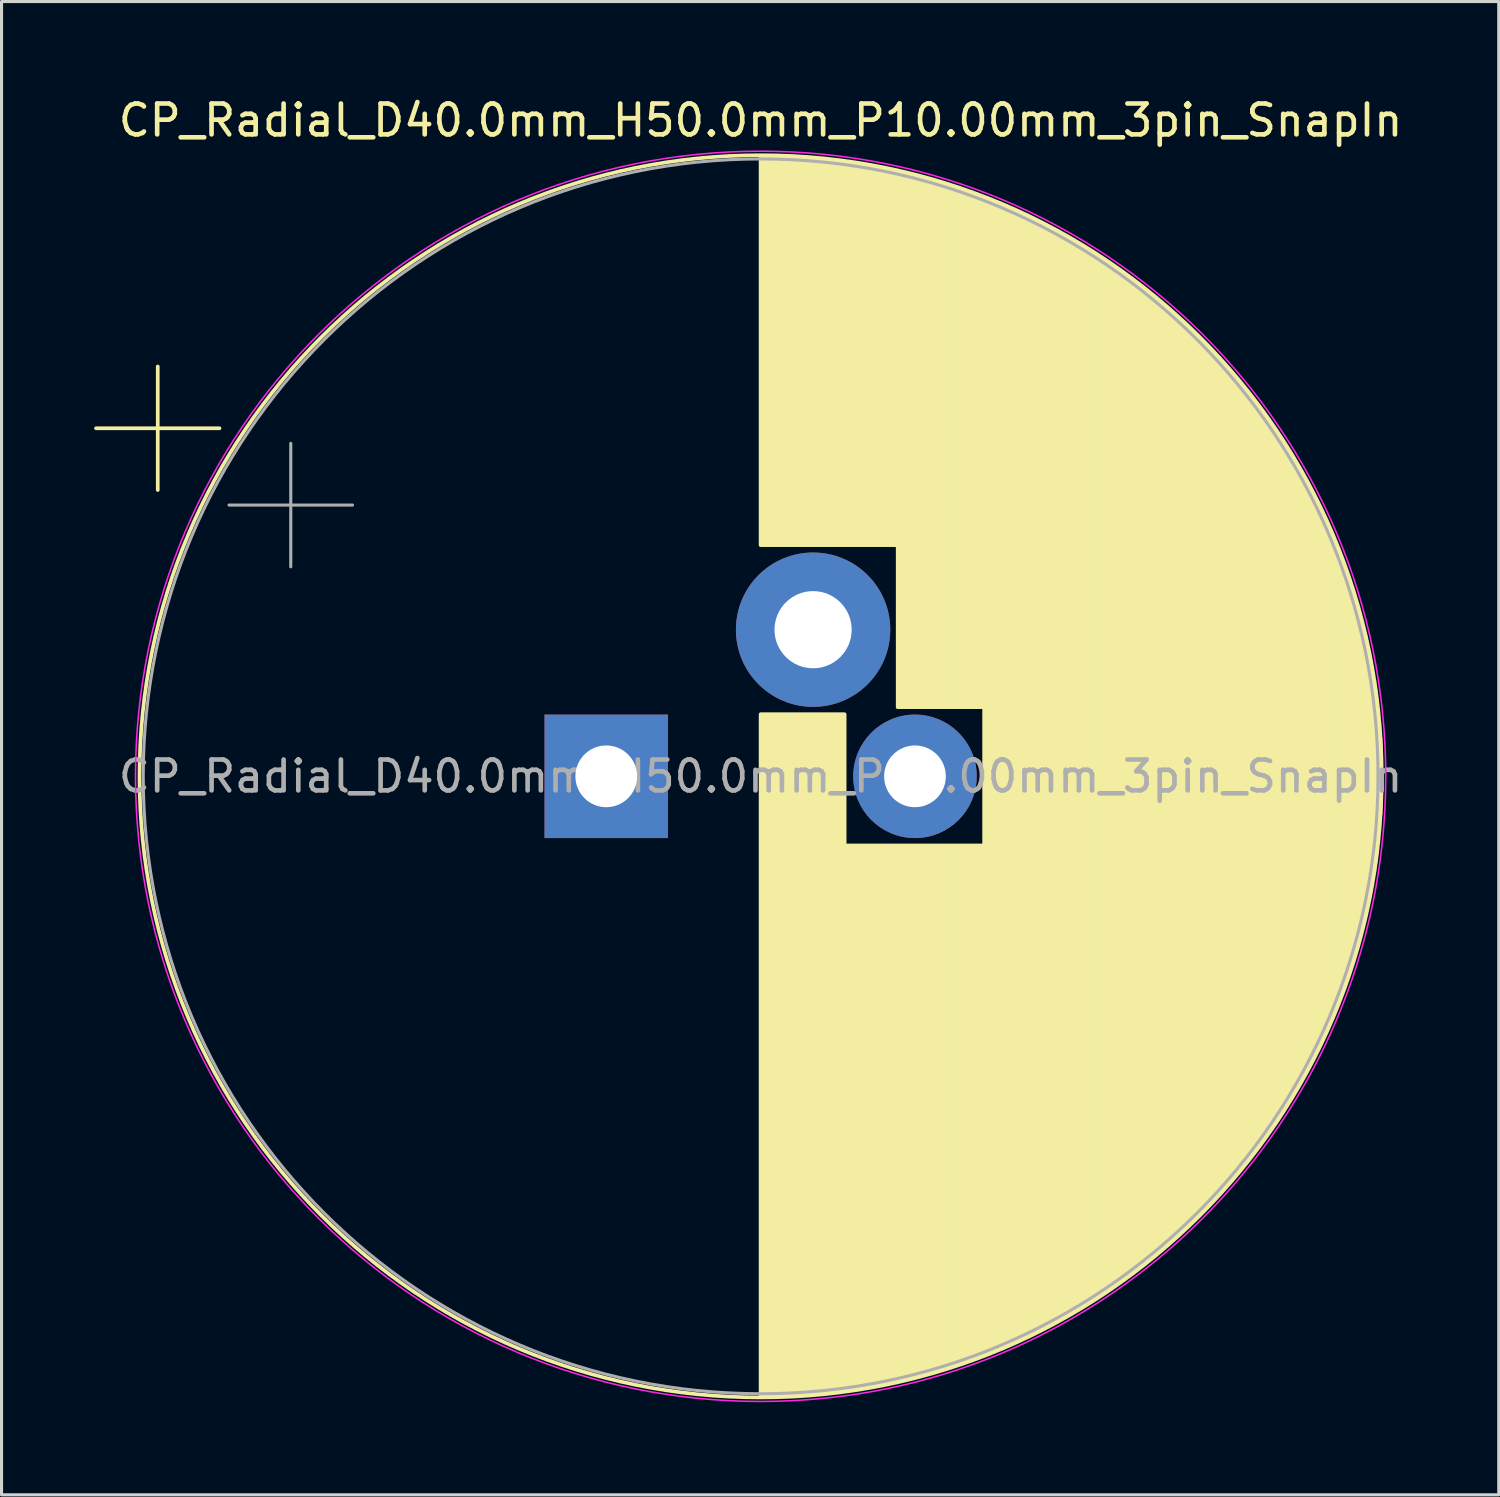
<source format=kicad_pcb>
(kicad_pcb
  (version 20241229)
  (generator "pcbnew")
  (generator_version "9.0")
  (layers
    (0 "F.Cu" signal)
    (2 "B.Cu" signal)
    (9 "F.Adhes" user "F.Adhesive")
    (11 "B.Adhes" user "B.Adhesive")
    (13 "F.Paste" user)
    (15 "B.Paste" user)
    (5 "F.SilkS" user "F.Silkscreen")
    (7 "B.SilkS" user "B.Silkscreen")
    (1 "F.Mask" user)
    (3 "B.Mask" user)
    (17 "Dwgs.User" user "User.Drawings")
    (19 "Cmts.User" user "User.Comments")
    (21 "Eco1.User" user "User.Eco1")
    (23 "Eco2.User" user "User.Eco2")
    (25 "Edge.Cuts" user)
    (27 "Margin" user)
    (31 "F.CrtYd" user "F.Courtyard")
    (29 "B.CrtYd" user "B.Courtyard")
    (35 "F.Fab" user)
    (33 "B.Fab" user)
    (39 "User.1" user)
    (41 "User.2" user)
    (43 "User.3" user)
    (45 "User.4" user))
  (footprint "CP_Radial_D40.0mm_H50.0mm_P10.00mm_3pin_SnapIn"
    (layer "F.Cu")
    (at 16.589 22.098)
    (property "Reference" "CP_Radial_D40.0mm_H50.0mm_P10.00mm_3pin_SnapIn" (at 5 -21.25 0) (layer "F.SilkS") (effects (font (size 1 1) (thickness 0.15))))
    (attr through_hole)
    (fp_line (start -16.529 -11.275) (end -12.529 -11.275) (stroke (width 0.12) (type solid)) (layer "F.SilkS"))
    (fp_line (start -14.529 -13.275) (end -14.529 -9.275) (stroke (width 0.12) (type solid)) (layer "F.SilkS"))
    (fp_line (start 5 -20.08) (end 5 -7.49) (stroke (width 0.12) (type solid)) (layer "F.SilkS"))
    (fp_line (start 5 -2.01) (end 5 20.08) (stroke (width 0.12) (type solid)) (layer "F.SilkS"))
    (fp_line (start 5.04 -20.08) (end 5.04 -7.49) (stroke (width 0.12) (type solid)) (layer "F.SilkS"))
    (fp_line (start 5.04 -2.01) (end 5.04 20.08) (stroke (width 0.12) (type solid)) (layer "F.SilkS"))
    (fp_line (start 5.08 -20.08) (end 5.08 -7.49) (stroke (width 0.12) (type solid)) (layer "F.SilkS"))
    (fp_line (start 5.08 -2.01) (end 5.08 20.08) (stroke (width 0.12) (type solid)) (layer "F.SilkS"))
    (fp_line (start 5.12 -20.08) (end 5.12 -7.49) (stroke (width 0.12) (type solid)) (layer "F.SilkS"))
    (fp_line (start 5.12 -2.01) (end 5.12 20.08) (stroke (width 0.12) (type solid)) (layer "F.SilkS"))
    (fp_line (start 5.16 -20.08) (end 5.16 -7.49) (stroke (width 0.12) (type solid)) (layer "F.SilkS"))
    (fp_line (start 5.16 -2.01) (end 5.16 20.08) (stroke (width 0.12) (type solid)) (layer "F.SilkS"))
    (fp_line (start 5.2 -20.08) (end 5.2 -7.49) (stroke (width 0.12) (type solid)) (layer "F.SilkS"))
    (fp_line (start 5.2 -2.01) (end 5.2 20.08) (stroke (width 0.12) (type solid)) (layer "F.SilkS"))
    (fp_line (start 5.24 -20.079) (end 5.24 -7.49) (stroke (width 0.12) (type solid)) (layer "F.SilkS"))
    (fp_line (start 5.24 -2.01) (end 5.24 20.079) (stroke (width 0.12) (type solid)) (layer "F.SilkS"))
    (fp_line (start 5.28 -20.079) (end 5.28 -7.49) (stroke (width 0.12) (type solid)) (layer "F.SilkS"))
    (fp_line (start 5.28 -2.01) (end 5.28 20.079) (stroke (width 0.12) (type solid)) (layer "F.SilkS"))
    (fp_line (start 5.32 -20.078) (end 5.32 -7.49) (stroke (width 0.12) (type solid)) (layer "F.SilkS"))
    (fp_line (start 5.32 -2.01) (end 5.32 20.078) (stroke (width 0.12) (type solid)) (layer "F.SilkS"))
    (fp_line (start 5.36 -20.077) (end 5.36 -7.49) (stroke (width 0.12) (type solid)) (layer "F.SilkS"))
    (fp_line (start 5.36 -2.01) (end 5.36 20.077) (stroke (width 0.12) (type solid)) (layer "F.SilkS"))
    (fp_line (start 5.4 -20.077) (end 5.4 -7.49) (stroke (width 0.12) (type solid)) (layer "F.SilkS"))
    (fp_line (start 5.4 -2.01) (end 5.4 20.077) (stroke (width 0.12) (type solid)) (layer "F.SilkS"))
    (fp_line (start 5.44 -20.076) (end 5.44 -7.49) (stroke (width 0.12) (type solid)) (layer "F.SilkS"))
    (fp_line (start 5.44 -2.01) (end 5.44 20.076) (stroke (width 0.12) (type solid)) (layer "F.SilkS"))
    (fp_line (start 5.48 -20.075) (end 5.48 -7.49) (stroke (width 0.12) (type solid)) (layer "F.SilkS"))
    (fp_line (start 5.48 -2.01) (end 5.48 20.075) (stroke (width 0.12) (type solid)) (layer "F.SilkS"))
    (fp_line (start 5.52 -20.074) (end 5.52 -7.49) (stroke (width 0.12) (type solid)) (layer "F.SilkS"))
    (fp_line (start 5.52 -2.01) (end 5.52 20.074) (stroke (width 0.12) (type solid)) (layer "F.SilkS"))
    (fp_line (start 5.56 -20.073) (end 5.56 -7.49) (stroke (width 0.12) (type solid)) (layer "F.SilkS"))
    (fp_line (start 5.56 -2.01) (end 5.56 20.073) (stroke (width 0.12) (type solid)) (layer "F.SilkS"))
    (fp_line (start 5.6 -20.072) (end 5.6 -7.49) (stroke (width 0.12) (type solid)) (layer "F.SilkS"))
    (fp_line (start 5.6 -2.01) (end 5.6 20.072) (stroke (width 0.12) (type solid)) (layer "F.SilkS"))
    (fp_line (start 5.64 -20.07) (end 5.64 -7.49) (stroke (width 0.12) (type solid)) (layer "F.SilkS"))
    (fp_line (start 5.64 -2.01) (end 5.64 20.07) (stroke (width 0.12) (type solid)) (layer "F.SilkS"))
    (fp_line (start 5.68 -20.069) (end 5.68 -7.49) (stroke (width 0.12) (type solid)) (layer "F.SilkS"))
    (fp_line (start 5.68 -2.01) (end 5.68 20.069) (stroke (width 0.12) (type solid)) (layer "F.SilkS"))
    (fp_line (start 5.721 -20.068) (end 5.721 -7.49) (stroke (width 0.12) (type solid)) (layer "F.SilkS"))
    (fp_line (start 5.721 -2.01) (end 5.721 20.068) (stroke (width 0.12) (type solid)) (layer "F.SilkS"))
    (fp_line (start 5.761 -20.066) (end 5.761 -7.49) (stroke (width 0.12) (type solid)) (layer "F.SilkS"))
    (fp_line (start 5.761 -2.01) (end 5.761 20.066) (stroke (width 0.12) (type solid)) (layer "F.SilkS"))
    (fp_line (start 5.801 -20.065) (end 5.801 -7.49) (stroke (width 0.12) (type solid)) (layer "F.SilkS"))
    (fp_line (start 5.801 -2.01) (end 5.801 20.065) (stroke (width 0.12) (type solid)) (layer "F.SilkS"))
    (fp_line (start 5.841 -20.063) (end 5.841 -7.49) (stroke (width 0.12) (type solid)) (layer "F.SilkS"))
    (fp_line (start 5.841 -2.01) (end 5.841 20.063) (stroke (width 0.12) (type solid)) (layer "F.SilkS"))
    (fp_line (start 5.881 -20.061) (end 5.881 -7.49) (stroke (width 0.12) (type solid)) (layer "F.SilkS"))
    (fp_line (start 5.881 -2.01) (end 5.881 20.061) (stroke (width 0.12) (type solid)) (layer "F.SilkS"))
    (fp_line (start 5.921 -20.059) (end 5.921 -7.49) (stroke (width 0.12) (type solid)) (layer "F.SilkS"))
    (fp_line (start 5.921 -2.01) (end 5.921 20.059) (stroke (width 0.12) (type solid)) (layer "F.SilkS"))
    (fp_line (start 5.961 -20.058) (end 5.961 -7.49) (stroke (width 0.12) (type solid)) (layer "F.SilkS"))
    (fp_line (start 5.961 -2.01) (end 5.961 20.058) (stroke (width 0.12) (type solid)) (layer "F.SilkS"))
    (fp_line (start 6.001 -20.056) (end 6.001 -7.49) (stroke (width 0.12) (type solid)) (layer "F.SilkS"))
    (fp_line (start 6.001 -2.01) (end 6.001 20.056) (stroke (width 0.12) (type solid)) (layer "F.SilkS"))
    (fp_line (start 6.041 -20.054) (end 6.041 -7.49) (stroke (width 0.12) (type solid)) (layer "F.SilkS"))
    (fp_line (start 6.041 -2.01) (end 6.041 20.054) (stroke (width 0.12) (type solid)) (layer "F.SilkS"))
    (fp_line (start 6.081 -20.051) (end 6.081 -7.49) (stroke (width 0.12) (type solid)) (layer "F.SilkS"))
    (fp_line (start 6.081 -2.01) (end 6.081 20.051) (stroke (width 0.12) (type solid)) (layer "F.SilkS"))
    (fp_line (start 6.121 -20.049) (end 6.121 -7.49) (stroke (width 0.12) (type solid)) (layer "F.SilkS"))
    (fp_line (start 6.121 -2.01) (end 6.121 20.049) (stroke (width 0.12) (type solid)) (layer "F.SilkS"))
    (fp_line (start 6.161 -20.047) (end 6.161 -7.49) (stroke (width 0.12) (type solid)) (layer "F.SilkS"))
    (fp_line (start 6.161 -2.01) (end 6.161 20.047) (stroke (width 0.12) (type solid)) (layer "F.SilkS"))
    (fp_line (start 6.201 -20.045) (end 6.201 -7.49) (stroke (width 0.12) (type solid)) (layer "F.SilkS"))
    (fp_line (start 6.201 -2.01) (end 6.201 20.045) (stroke (width 0.12) (type solid)) (layer "F.SilkS"))
    (fp_line (start 6.241 -20.042) (end 6.241 -7.49) (stroke (width 0.12) (type solid)) (layer "F.SilkS"))
    (fp_line (start 6.241 -2.01) (end 6.241 20.042) (stroke (width 0.12) (type solid)) (layer "F.SilkS"))
    (fp_line (start 6.281 -20.04) (end 6.281 -7.49) (stroke (width 0.12) (type solid)) (layer "F.SilkS"))
    (fp_line (start 6.281 -2.01) (end 6.281 20.04) (stroke (width 0.12) (type solid)) (layer "F.SilkS"))
    (fp_line (start 6.321 -20.037) (end 6.321 -7.49) (stroke (width 0.12) (type solid)) (layer "F.SilkS"))
    (fp_line (start 6.321 -2.01) (end 6.321 20.037) (stroke (width 0.12) (type solid)) (layer "F.SilkS"))
    (fp_line (start 6.361 -20.034) (end 6.361 -7.49) (stroke (width 0.12) (type solid)) (layer "F.SilkS"))
    (fp_line (start 6.361 -2.01) (end 6.361 20.034) (stroke (width 0.12) (type solid)) (layer "F.SilkS"))
    (fp_line (start 6.401 -20.032) (end 6.401 -7.49) (stroke (width 0.12) (type solid)) (layer "F.SilkS"))
    (fp_line (start 6.401 -2.01) (end 6.401 20.032) (stroke (width 0.12) (type solid)) (layer "F.SilkS"))
    (fp_line (start 6.441 -20.029) (end 6.441 -7.49) (stroke (width 0.12) (type solid)) (layer "F.SilkS"))
    (fp_line (start 6.441 -2.01) (end 6.441 20.029) (stroke (width 0.12) (type solid)) (layer "F.SilkS"))
    (fp_line (start 6.481 -20.026) (end 6.481 -7.49) (stroke (width 0.12) (type solid)) (layer "F.SilkS"))
    (fp_line (start 6.481 -2.01) (end 6.481 20.026) (stroke (width 0.12) (type solid)) (layer "F.SilkS"))
    (fp_line (start 6.521 -20.023) (end 6.521 -7.49) (stroke (width 0.12) (type solid)) (layer "F.SilkS"))
    (fp_line (start 6.521 -2.01) (end 6.521 20.023) (stroke (width 0.12) (type solid)) (layer "F.SilkS"))
    (fp_line (start 6.561 -20.02) (end 6.561 -7.49) (stroke (width 0.12) (type solid)) (layer "F.SilkS"))
    (fp_line (start 6.561 -2.01) (end 6.561 20.02) (stroke (width 0.12) (type solid)) (layer "F.SilkS"))
    (fp_line (start 6.601 -20.017) (end 6.601 -7.49) (stroke (width 0.12) (type solid)) (layer "F.SilkS"))
    (fp_line (start 6.601 -2.01) (end 6.601 20.017) (stroke (width 0.12) (type solid)) (layer "F.SilkS"))
    (fp_line (start 6.641 -20.014) (end 6.641 -7.49) (stroke (width 0.12) (type solid)) (layer "F.SilkS"))
    (fp_line (start 6.641 -2.01) (end 6.641 20.014) (stroke (width 0.12) (type solid)) (layer "F.SilkS"))
    (fp_line (start 6.681 -20.01) (end 6.681 -7.49) (stroke (width 0.12) (type solid)) (layer "F.SilkS"))
    (fp_line (start 6.681 -2.01) (end 6.681 20.01) (stroke (width 0.12) (type solid)) (layer "F.SilkS"))
    (fp_line (start 6.721 -20.007) (end 6.721 -7.49) (stroke (width 0.12) (type solid)) (layer "F.SilkS"))
    (fp_line (start 6.721 -2.01) (end 6.721 20.007) (stroke (width 0.12) (type solid)) (layer "F.SilkS"))
    (fp_line (start 6.761 -20.003) (end 6.761 -7.49) (stroke (width 0.12) (type solid)) (layer "F.SilkS"))
    (fp_line (start 6.761 -2.01) (end 6.761 20.003) (stroke (width 0.12) (type solid)) (layer "F.SilkS"))
    (fp_line (start 6.801 -20) (end 6.801 -7.49) (stroke (width 0.12) (type solid)) (layer "F.SilkS"))
    (fp_line (start 6.801 -2.01) (end 6.801 20) (stroke (width 0.12) (type solid)) (layer "F.SilkS"))
    (fp_line (start 6.841 -19.996) (end 6.841 -7.49) (stroke (width 0.12) (type solid)) (layer "F.SilkS"))
    (fp_line (start 6.841 -2.01) (end 6.841 19.996) (stroke (width 0.12) (type solid)) (layer "F.SilkS"))
    (fp_line (start 6.881 -19.992) (end 6.881 -7.49) (stroke (width 0.12) (type solid)) (layer "F.SilkS"))
    (fp_line (start 6.881 -2.01) (end 6.881 19.992) (stroke (width 0.12) (type solid)) (layer "F.SilkS"))
    (fp_line (start 6.921 -19.989) (end 6.921 -7.49) (stroke (width 0.12) (type solid)) (layer "F.SilkS"))
    (fp_line (start 6.921 -2.01) (end 6.921 19.989) (stroke (width 0.12) (type solid)) (layer "F.SilkS"))
    (fp_line (start 6.961 -19.985) (end 6.961 -7.49) (stroke (width 0.12) (type solid)) (layer "F.SilkS"))
    (fp_line (start 6.961 -2.01) (end 6.961 19.985) (stroke (width 0.12) (type solid)) (layer "F.SilkS"))
    (fp_line (start 7.001 -19.981) (end 7.001 -7.49) (stroke (width 0.12) (type solid)) (layer "F.SilkS"))
    (fp_line (start 7.001 -2.01) (end 7.001 19.981) (stroke (width 0.12) (type solid)) (layer "F.SilkS"))
    (fp_line (start 7.041 -19.977) (end 7.041 -7.49) (stroke (width 0.12) (type solid)) (layer "F.SilkS"))
    (fp_line (start 7.041 -2.01) (end 7.041 19.977) (stroke (width 0.12) (type solid)) (layer "F.SilkS"))
    (fp_line (start 7.081 -19.973) (end 7.081 -7.49) (stroke (width 0.12) (type solid)) (layer "F.SilkS"))
    (fp_line (start 7.081 -2.01) (end 7.081 19.973) (stroke (width 0.12) (type solid)) (layer "F.SilkS"))
    (fp_line (start 7.121 -19.968) (end 7.121 -7.49) (stroke (width 0.12) (type solid)) (layer "F.SilkS"))
    (fp_line (start 7.121 -2.01) (end 7.121 19.968) (stroke (width 0.12) (type solid)) (layer "F.SilkS"))
    (fp_line (start 7.161 -19.964) (end 7.161 -7.49) (stroke (width 0.12) (type solid)) (layer "F.SilkS"))
    (fp_line (start 7.161 -2.01) (end 7.161 19.964) (stroke (width 0.12) (type solid)) (layer "F.SilkS"))
    (fp_line (start 7.201 -19.96) (end 7.201 -7.49) (stroke (width 0.12) (type solid)) (layer "F.SilkS"))
    (fp_line (start 7.201 -2.01) (end 7.201 19.96) (stroke (width 0.12) (type solid)) (layer "F.SilkS"))
    (fp_line (start 7.241 -19.955) (end 7.241 -7.49) (stroke (width 0.12) (type solid)) (layer "F.SilkS"))
    (fp_line (start 7.241 -2.01) (end 7.241 19.955) (stroke (width 0.12) (type solid)) (layer "F.SilkS"))
    (fp_line (start 7.281 -19.951) (end 7.281 -7.49) (stroke (width 0.12) (type solid)) (layer "F.SilkS"))
    (fp_line (start 7.281 -2.01) (end 7.281 19.951) (stroke (width 0.12) (type solid)) (layer "F.SilkS"))
    (fp_line (start 7.321 -19.946) (end 7.321 -7.49) (stroke (width 0.12) (type solid)) (layer "F.SilkS"))
    (fp_line (start 7.321 -2.01) (end 7.321 19.946) (stroke (width 0.12) (type solid)) (layer "F.SilkS"))
    (fp_line (start 7.361 -19.942) (end 7.361 -7.49) (stroke (width 0.12) (type solid)) (layer "F.SilkS"))
    (fp_line (start 7.361 -2.01) (end 7.361 19.942) (stroke (width 0.12) (type solid)) (layer "F.SilkS"))
    (fp_line (start 7.401 -19.937) (end 7.401 -7.49) (stroke (width 0.12) (type solid)) (layer "F.SilkS"))
    (fp_line (start 7.401 -2.01) (end 7.401 19.937) (stroke (width 0.12) (type solid)) (layer "F.SilkS"))
    (fp_line (start 7.441 -19.932) (end 7.441 -7.49) (stroke (width 0.12) (type solid)) (layer "F.SilkS"))
    (fp_line (start 7.441 -2.01) (end 7.441 19.932) (stroke (width 0.12) (type solid)) (layer "F.SilkS"))
    (fp_line (start 7.481 -19.927) (end 7.481 -7.49) (stroke (width 0.12) (type solid)) (layer "F.SilkS"))
    (fp_line (start 7.481 -2.01) (end 7.481 19.927) (stroke (width 0.12) (type solid)) (layer "F.SilkS"))
    (fp_line (start 7.521 -19.922) (end 7.521 -7.49) (stroke (width 0.12) (type solid)) (layer "F.SilkS"))
    (fp_line (start 7.521 -2.01) (end 7.521 19.922) (stroke (width 0.12) (type solid)) (layer "F.SilkS"))
    (fp_line (start 7.561 -19.917) (end 7.561 -7.49) (stroke (width 0.12) (type solid)) (layer "F.SilkS"))
    (fp_line (start 7.561 -2.01) (end 7.561 19.917) (stroke (width 0.12) (type solid)) (layer "F.SilkS"))
    (fp_line (start 7.601 -19.912) (end 7.601 -7.49) (stroke (width 0.12) (type solid)) (layer "F.SilkS"))
    (fp_line (start 7.601 -2.01) (end 7.601 19.912) (stroke (width 0.12) (type solid)) (layer "F.SilkS"))
    (fp_line (start 7.641 -19.907) (end 7.641 -7.49) (stroke (width 0.12) (type solid)) (layer "F.SilkS"))
    (fp_line (start 7.641 -2.01) (end 7.641 19.907) (stroke (width 0.12) (type solid)) (layer "F.SilkS"))
    (fp_line (start 7.681 -19.901) (end 7.681 -7.49) (stroke (width 0.12) (type solid)) (layer "F.SilkS"))
    (fp_line (start 7.681 -2.01) (end 7.681 19.901) (stroke (width 0.12) (type solid)) (layer "F.SilkS"))
    (fp_line (start 7.721 -19.896) (end 7.721 -7.49) (stroke (width 0.12) (type solid)) (layer "F.SilkS"))
    (fp_line (start 7.721 -2.01) (end 7.721 19.896) (stroke (width 0.12) (type solid)) (layer "F.SilkS"))
    (fp_line (start 7.761 -19.89) (end 7.761 -7.49) (stroke (width 0.12) (type solid)) (layer "F.SilkS"))
    (fp_line (start 7.761 2.24) (end 7.761 19.89) (stroke (width 0.12) (type solid)) (layer "F.SilkS"))
    (fp_line (start 7.801 -19.885) (end 7.801 -7.49) (stroke (width 0.12) (type solid)) (layer "F.SilkS"))
    (fp_line (start 7.801 2.24) (end 7.801 19.885) (stroke (width 0.12) (type solid)) (layer "F.SilkS"))
    (fp_line (start 7.841 -19.879) (end 7.841 -7.49) (stroke (width 0.12) (type solid)) (layer "F.SilkS"))
    (fp_line (start 7.841 2.24) (end 7.841 19.879) (stroke (width 0.12) (type solid)) (layer "F.SilkS"))
    (fp_line (start 7.881 -19.873) (end 7.881 -7.49) (stroke (width 0.12) (type solid)) (layer "F.SilkS"))
    (fp_line (start 7.881 2.24) (end 7.881 19.873) (stroke (width 0.12) (type solid)) (layer "F.SilkS"))
    (fp_line (start 7.921 -19.867) (end 7.921 -7.49) (stroke (width 0.12) (type solid)) (layer "F.SilkS"))
    (fp_line (start 7.921 2.24) (end 7.921 19.867) (stroke (width 0.12) (type solid)) (layer "F.SilkS"))
    (fp_line (start 7.961 -19.862) (end 7.961 -7.49) (stroke (width 0.12) (type solid)) (layer "F.SilkS"))
    (fp_line (start 7.961 2.24) (end 7.961 19.862) (stroke (width 0.12) (type solid)) (layer "F.SilkS"))
    (fp_line (start 8.001 -19.856) (end 8.001 -7.49) (stroke (width 0.12) (type solid)) (layer "F.SilkS"))
    (fp_line (start 8.001 2.24) (end 8.001 19.856) (stroke (width 0.12) (type solid)) (layer "F.SilkS"))
    (fp_line (start 8.041 -19.85) (end 8.041 -7.49) (stroke (width 0.12) (type solid)) (layer "F.SilkS"))
    (fp_line (start 8.041 2.24) (end 8.041 19.85) (stroke (width 0.12) (type solid)) (layer "F.SilkS"))
    (fp_line (start 8.081 -19.843) (end 8.081 -7.49) (stroke (width 0.12) (type solid)) (layer "F.SilkS"))
    (fp_line (start 8.081 2.24) (end 8.081 19.843) (stroke (width 0.12) (type solid)) (layer "F.SilkS"))
    (fp_line (start 8.121 -19.837) (end 8.121 -7.49) (stroke (width 0.12) (type solid)) (layer "F.SilkS"))
    (fp_line (start 8.121 2.24) (end 8.121 19.837) (stroke (width 0.12) (type solid)) (layer "F.SilkS"))
    (fp_line (start 8.161 -19.831) (end 8.161 -7.49) (stroke (width 0.12) (type solid)) (layer "F.SilkS"))
    (fp_line (start 8.161 2.24) (end 8.161 19.831) (stroke (width 0.12) (type solid)) (layer "F.SilkS"))
    (fp_line (start 8.201 -19.824) (end 8.201 -7.49) (stroke (width 0.12) (type solid)) (layer "F.SilkS"))
    (fp_line (start 8.201 2.24) (end 8.201 19.824) (stroke (width 0.12) (type solid)) (layer "F.SilkS"))
    (fp_line (start 8.241 -19.818) (end 8.241 -7.49) (stroke (width 0.12) (type solid)) (layer "F.SilkS"))
    (fp_line (start 8.241 2.24) (end 8.241 19.818) (stroke (width 0.12) (type solid)) (layer "F.SilkS"))
    (fp_line (start 8.281 -19.811) (end 8.281 -7.49) (stroke (width 0.12) (type solid)) (layer "F.SilkS"))
    (fp_line (start 8.281 2.24) (end 8.281 19.811) (stroke (width 0.12) (type solid)) (layer "F.SilkS"))
    (fp_line (start 8.321 -19.805) (end 8.321 -7.49) (stroke (width 0.12) (type solid)) (layer "F.SilkS"))
    (fp_line (start 8.321 2.24) (end 8.321 19.805) (stroke (width 0.12) (type solid)) (layer "F.SilkS"))
    (fp_line (start 8.361 -19.798) (end 8.361 -7.49) (stroke (width 0.12) (type solid)) (layer "F.SilkS"))
    (fp_line (start 8.361 2.24) (end 8.361 19.798) (stroke (width 0.12) (type solid)) (layer "F.SilkS"))
    (fp_line (start 8.401 -19.791) (end 8.401 -7.49) (stroke (width 0.12) (type solid)) (layer "F.SilkS"))
    (fp_line (start 8.401 2.24) (end 8.401 19.791) (stroke (width 0.12) (type solid)) (layer "F.SilkS"))
    (fp_line (start 8.441 -19.784) (end 8.441 -7.49) (stroke (width 0.12) (type solid)) (layer "F.SilkS"))
    (fp_line (start 8.441 2.24) (end 8.441 19.784) (stroke (width 0.12) (type solid)) (layer "F.SilkS"))
    (fp_line (start 8.481 -19.777) (end 8.481 -7.49) (stroke (width 0.12) (type solid)) (layer "F.SilkS"))
    (fp_line (start 8.481 2.24) (end 8.481 19.777) (stroke (width 0.12) (type solid)) (layer "F.SilkS"))
    (fp_line (start 8.521 -19.77) (end 8.521 -7.49) (stroke (width 0.12) (type solid)) (layer "F.SilkS"))
    (fp_line (start 8.521 2.24) (end 8.521 19.77) (stroke (width 0.12) (type solid)) (layer "F.SilkS"))
    (fp_line (start 8.561 -19.763) (end 8.561 -7.49) (stroke (width 0.12) (type solid)) (layer "F.SilkS"))
    (fp_line (start 8.561 2.24) (end 8.561 19.763) (stroke (width 0.12) (type solid)) (layer "F.SilkS"))
    (fp_line (start 8.601 -19.756) (end 8.601 -7.49) (stroke (width 0.12) (type solid)) (layer "F.SilkS"))
    (fp_line (start 8.601 2.24) (end 8.601 19.756) (stroke (width 0.12) (type solid)) (layer "F.SilkS"))
    (fp_line (start 8.641 -19.748) (end 8.641 -7.49) (stroke (width 0.12) (type solid)) (layer "F.SilkS"))
    (fp_line (start 8.641 2.24) (end 8.641 19.748) (stroke (width 0.12) (type solid)) (layer "F.SilkS"))
    (fp_line (start 8.681 -19.741) (end 8.681 -7.49) (stroke (width 0.12) (type solid)) (layer "F.SilkS"))
    (fp_line (start 8.681 2.24) (end 8.681 19.741) (stroke (width 0.12) (type solid)) (layer "F.SilkS"))
    (fp_line (start 8.721 -19.734) (end 8.721 -7.49) (stroke (width 0.12) (type solid)) (layer "F.SilkS"))
    (fp_line (start 8.721 2.24) (end 8.721 19.734) (stroke (width 0.12) (type solid)) (layer "F.SilkS"))
    (fp_line (start 8.761 -19.726) (end 8.761 -7.49) (stroke (width 0.12) (type solid)) (layer "F.SilkS"))
    (fp_line (start 8.761 2.24) (end 8.761 19.726) (stroke (width 0.12) (type solid)) (layer "F.SilkS"))
    (fp_line (start 8.801 -19.718) (end 8.801 -7.49) (stroke (width 0.12) (type solid)) (layer "F.SilkS"))
    (fp_line (start 8.801 2.24) (end 8.801 19.718) (stroke (width 0.12) (type solid)) (layer "F.SilkS"))
    (fp_line (start 8.841 -19.711) (end 8.841 -7.49) (stroke (width 0.12) (type solid)) (layer "F.SilkS"))
    (fp_line (start 8.841 2.24) (end 8.841 19.711) (stroke (width 0.12) (type solid)) (layer "F.SilkS"))
    (fp_line (start 8.881 -19.703) (end 8.881 -7.49) (stroke (width 0.12) (type solid)) (layer "F.SilkS"))
    (fp_line (start 8.881 2.24) (end 8.881 19.703) (stroke (width 0.12) (type solid)) (layer "F.SilkS"))
    (fp_line (start 8.921 -19.695) (end 8.921 -7.49) (stroke (width 0.12) (type solid)) (layer "F.SilkS"))
    (fp_line (start 8.921 2.24) (end 8.921 19.695) (stroke (width 0.12) (type solid)) (layer "F.SilkS"))
    (fp_line (start 8.961 -19.687) (end 8.961 -7.49) (stroke (width 0.12) (type solid)) (layer "F.SilkS"))
    (fp_line (start 8.961 2.24) (end 8.961 19.687) (stroke (width 0.12) (type solid)) (layer "F.SilkS"))
    (fp_line (start 9.001 -19.679) (end 9.001 -7.49) (stroke (width 0.12) (type solid)) (layer "F.SilkS"))
    (fp_line (start 9.001 2.24) (end 9.001 19.679) (stroke (width 0.12) (type solid)) (layer "F.SilkS"))
    (fp_line (start 9.041 -19.671) (end 9.041 -7.49) (stroke (width 0.12) (type solid)) (layer "F.SilkS"))
    (fp_line (start 9.041 2.24) (end 9.041 19.671) (stroke (width 0.12) (type solid)) (layer "F.SilkS"))
    (fp_line (start 9.081 -19.662) (end 9.081 -7.49) (stroke (width 0.12) (type solid)) (layer "F.SilkS"))
    (fp_line (start 9.081 2.24) (end 9.081 19.662) (stroke (width 0.12) (type solid)) (layer "F.SilkS"))
    (fp_line (start 9.121 -19.654) (end 9.121 -7.49) (stroke (width 0.12) (type solid)) (layer "F.SilkS"))
    (fp_line (start 9.121 2.24) (end 9.121 19.654) (stroke (width 0.12) (type solid)) (layer "F.SilkS"))
    (fp_line (start 9.161 -19.646) (end 9.161 -7.49) (stroke (width 0.12) (type solid)) (layer "F.SilkS"))
    (fp_line (start 9.161 2.24) (end 9.161 19.646) (stroke (width 0.12) (type solid)) (layer "F.SilkS"))
    (fp_line (start 9.201 -19.637) (end 9.201 -7.49) (stroke (width 0.12) (type solid)) (layer "F.SilkS"))
    (fp_line (start 9.201 2.24) (end 9.201 19.637) (stroke (width 0.12) (type solid)) (layer "F.SilkS"))
    (fp_line (start 9.241 -19.629) (end 9.241 -7.49) (stroke (width 0.12) (type solid)) (layer "F.SilkS"))
    (fp_line (start 9.241 2.24) (end 9.241 19.629) (stroke (width 0.12) (type solid)) (layer "F.SilkS"))
    (fp_line (start 9.281 -19.62) (end 9.281 -7.49) (stroke (width 0.12) (type solid)) (layer "F.SilkS"))
    (fp_line (start 9.281 2.24) (end 9.281 19.62) (stroke (width 0.12) (type solid)) (layer "F.SilkS"))
    (fp_line (start 9.321 -19.611) (end 9.321 -7.49) (stroke (width 0.12) (type solid)) (layer "F.SilkS"))
    (fp_line (start 9.321 2.24) (end 9.321 19.611) (stroke (width 0.12) (type solid)) (layer "F.SilkS"))
    (fp_line (start 9.361 -19.602) (end 9.361 -7.49) (stroke (width 0.12) (type solid)) (layer "F.SilkS"))
    (fp_line (start 9.361 2.24) (end 9.361 19.602) (stroke (width 0.12) (type solid)) (layer "F.SilkS"))
    (fp_line (start 9.401 -19.593) (end 9.401 -7.49) (stroke (width 0.12) (type solid)) (layer "F.SilkS"))
    (fp_line (start 9.401 2.24) (end 9.401 19.593) (stroke (width 0.12) (type solid)) (layer "F.SilkS"))
    (fp_line (start 9.441 -19.584) (end 9.441 -2.24) (stroke (width 0.12) (type solid)) (layer "F.SilkS"))
    (fp_line (start 9.441 2.24) (end 9.441 19.584) (stroke (width 0.12) (type solid)) (layer "F.SilkS"))
    (fp_line (start 9.481 -19.575) (end 9.481 -2.24) (stroke (width 0.12) (type solid)) (layer "F.SilkS"))
    (fp_line (start 9.481 2.24) (end 9.481 19.575) (stroke (width 0.12) (type solid)) (layer "F.SilkS"))
    (fp_line (start 9.521 -19.566) (end 9.521 -2.24) (stroke (width 0.12) (type solid)) (layer "F.SilkS"))
    (fp_line (start 9.521 2.24) (end 9.521 19.566) (stroke (width 0.12) (type solid)) (layer "F.SilkS"))
    (fp_line (start 9.561 -19.557) (end 9.561 -2.24) (stroke (width 0.12) (type solid)) (layer "F.SilkS"))
    (fp_line (start 9.561 2.24) (end 9.561 19.557) (stroke (width 0.12) (type solid)) (layer "F.SilkS"))
    (fp_line (start 9.601 -19.548) (end 9.601 -2.24) (stroke (width 0.12) (type solid)) (layer "F.SilkS"))
    (fp_line (start 9.601 2.24) (end 9.601 19.548) (stroke (width 0.12) (type solid)) (layer "F.SilkS"))
    (fp_line (start 9.641 -19.538) (end 9.641 -2.24) (stroke (width 0.12) (type solid)) (layer "F.SilkS"))
    (fp_line (start 9.641 2.24) (end 9.641 19.538) (stroke (width 0.12) (type solid)) (layer "F.SilkS"))
    (fp_line (start 9.681 -19.529) (end 9.681 -2.24) (stroke (width 0.12) (type solid)) (layer "F.SilkS"))
    (fp_line (start 9.681 2.24) (end 9.681 19.529) (stroke (width 0.12) (type solid)) (layer "F.SilkS"))
    (fp_line (start 9.721 -19.519) (end 9.721 -2.24) (stroke (width 0.12) (type solid)) (layer "F.SilkS"))
    (fp_line (start 9.721 2.24) (end 9.721 19.519) (stroke (width 0.12) (type solid)) (layer "F.SilkS"))
    (fp_line (start 9.761 -19.509) (end 9.761 -2.24) (stroke (width 0.12) (type solid)) (layer "F.SilkS"))
    (fp_line (start 9.761 2.24) (end 9.761 19.509) (stroke (width 0.12) (type solid)) (layer "F.SilkS"))
    (fp_line (start 9.801 -19.5) (end 9.801 -2.24) (stroke (width 0.12) (type solid)) (layer "F.SilkS"))
    (fp_line (start 9.801 2.24) (end 9.801 19.5) (stroke (width 0.12) (type solid)) (layer "F.SilkS"))
    (fp_line (start 9.841 -19.49) (end 9.841 -2.24) (stroke (width 0.12) (type solid)) (layer "F.SilkS"))
    (fp_line (start 9.841 2.24) (end 9.841 19.49) (stroke (width 0.12) (type solid)) (layer "F.SilkS"))
    (fp_line (start 9.881 -19.48) (end 9.881 -2.24) (stroke (width 0.12) (type solid)) (layer "F.SilkS"))
    (fp_line (start 9.881 2.24) (end 9.881 19.48) (stroke (width 0.12) (type solid)) (layer "F.SilkS"))
    (fp_line (start 9.921 -19.47) (end 9.921 -2.24) (stroke (width 0.12) (type solid)) (layer "F.SilkS"))
    (fp_line (start 9.921 2.24) (end 9.921 19.47) (stroke (width 0.12) (type solid)) (layer "F.SilkS"))
    (fp_line (start 9.961 -19.46) (end 9.961 -2.24) (stroke (width 0.12) (type solid)) (layer "F.SilkS"))
    (fp_line (start 9.961 2.24) (end 9.961 19.46) (stroke (width 0.12) (type solid)) (layer "F.SilkS"))
    (fp_line (start 10.001 -19.449) (end 10.001 -2.24) (stroke (width 0.12) (type solid)) (layer "F.SilkS"))
    (fp_line (start 10.001 2.24) (end 10.001 19.449) (stroke (width 0.12) (type solid)) (layer "F.SilkS"))
    (fp_line (start 10.041 -19.439) (end 10.041 -2.24) (stroke (width 0.12) (type solid)) (layer "F.SilkS"))
    (fp_line (start 10.041 2.24) (end 10.041 19.439) (stroke (width 0.12) (type solid)) (layer "F.SilkS"))
    (fp_line (start 10.081 -19.429) (end 10.081 -2.24) (stroke (width 0.12) (type solid)) (layer "F.SilkS"))
    (fp_line (start 10.081 2.24) (end 10.081 19.429) (stroke (width 0.12) (type solid)) (layer "F.SilkS"))
    (fp_line (start 10.121 -19.418) (end 10.121 -2.24) (stroke (width 0.12) (type solid)) (layer "F.SilkS"))
    (fp_line (start 10.121 2.24) (end 10.121 19.418) (stroke (width 0.12) (type solid)) (layer "F.SilkS"))
    (fp_line (start 10.161 -19.408) (end 10.161 -2.24) (stroke (width 0.12) (type solid)) (layer "F.SilkS"))
    (fp_line (start 10.161 2.24) (end 10.161 19.408) (stroke (width 0.12) (type solid)) (layer "F.SilkS"))
    (fp_line (start 10.201 -19.397) (end 10.201 -2.24) (stroke (width 0.12) (type solid)) (layer "F.SilkS"))
    (fp_line (start 10.201 2.24) (end 10.201 19.397) (stroke (width 0.12) (type solid)) (layer "F.SilkS"))
    (fp_line (start 10.241 -19.386) (end 10.241 -2.24) (stroke (width 0.12) (type solid)) (layer "F.SilkS"))
    (fp_line (start 10.241 2.24) (end 10.241 19.386) (stroke (width 0.12) (type solid)) (layer "F.SilkS"))
    (fp_line (start 10.281 -19.375) (end 10.281 -2.24) (stroke (width 0.12) (type solid)) (layer "F.SilkS"))
    (fp_line (start 10.281 2.24) (end 10.281 19.375) (stroke (width 0.12) (type solid)) (layer "F.SilkS"))
    (fp_line (start 10.321 -19.364) (end 10.321 -2.24) (stroke (width 0.12) (type solid)) (layer "F.SilkS"))
    (fp_line (start 10.321 2.24) (end 10.321 19.364) (stroke (width 0.12) (type solid)) (layer "F.SilkS"))
    (fp_line (start 10.361 -19.353) (end 10.361 -2.24) (stroke (width 0.12) (type solid)) (layer "F.SilkS"))
    (fp_line (start 10.361 2.24) (end 10.361 19.353) (stroke (width 0.12) (type solid)) (layer "F.SilkS"))
    (fp_line (start 10.401 -19.342) (end 10.401 -2.24) (stroke (width 0.12) (type solid)) (layer "F.SilkS"))
    (fp_line (start 10.401 2.24) (end 10.401 19.342) (stroke (width 0.12) (type solid)) (layer "F.SilkS"))
    (fp_line (start 10.441 -19.331) (end 10.441 -2.24) (stroke (width 0.12) (type solid)) (layer "F.SilkS"))
    (fp_line (start 10.441 2.24) (end 10.441 19.331) (stroke (width 0.12) (type solid)) (layer "F.SilkS"))
    (fp_line (start 10.481 -19.32) (end 10.481 -2.24) (stroke (width 0.12) (type solid)) (layer "F.SilkS"))
    (fp_line (start 10.481 2.24) (end 10.481 19.32) (stroke (width 0.12) (type solid)) (layer "F.SilkS"))
    (fp_line (start 10.521 -19.308) (end 10.521 -2.24) (stroke (width 0.12) (type solid)) (layer "F.SilkS"))
    (fp_line (start 10.521 2.24) (end 10.521 19.308) (stroke (width 0.12) (type solid)) (layer "F.SilkS"))
    (fp_line (start 10.561 -19.297) (end 10.561 -2.24) (stroke (width 0.12) (type solid)) (layer "F.SilkS"))
    (fp_line (start 10.561 2.24) (end 10.561 19.297) (stroke (width 0.12) (type solid)) (layer "F.SilkS"))
    (fp_line (start 10.601 -19.285) (end 10.601 -2.24) (stroke (width 0.12) (type solid)) (layer "F.SilkS"))
    (fp_line (start 10.601 2.24) (end 10.601 19.285) (stroke (width 0.12) (type solid)) (layer "F.SilkS"))
    (fp_line (start 10.641 -19.274) (end 10.641 -2.24) (stroke (width 0.12) (type solid)) (layer "F.SilkS"))
    (fp_line (start 10.641 2.24) (end 10.641 19.274) (stroke (width 0.12) (type solid)) (layer "F.SilkS"))
    (fp_line (start 10.681 -19.262) (end 10.681 -2.24) (stroke (width 0.12) (type solid)) (layer "F.SilkS"))
    (fp_line (start 10.681 2.24) (end 10.681 19.262) (stroke (width 0.12) (type solid)) (layer "F.SilkS"))
    (fp_line (start 10.721 -19.25) (end 10.721 -2.24) (stroke (width 0.12) (type solid)) (layer "F.SilkS"))
    (fp_line (start 10.721 2.24) (end 10.721 19.25) (stroke (width 0.12) (type solid)) (layer "F.SilkS"))
    (fp_line (start 10.761 -19.238) (end 10.761 -2.24) (stroke (width 0.12) (type solid)) (layer "F.SilkS"))
    (fp_line (start 10.761 2.24) (end 10.761 19.238) (stroke (width 0.12) (type solid)) (layer "F.SilkS"))
    (fp_line (start 10.801 -19.226) (end 10.801 -2.24) (stroke (width 0.12) (type solid)) (layer "F.SilkS"))
    (fp_line (start 10.801 2.24) (end 10.801 19.226) (stroke (width 0.12) (type solid)) (layer "F.SilkS"))
    (fp_line (start 10.841 -19.214) (end 10.841 -2.24) (stroke (width 0.12) (type solid)) (layer "F.SilkS"))
    (fp_line (start 10.841 2.24) (end 10.841 19.214) (stroke (width 0.12) (type solid)) (layer "F.SilkS"))
    (fp_line (start 10.881 -19.202) (end 10.881 -2.24) (stroke (width 0.12) (type solid)) (layer "F.SilkS"))
    (fp_line (start 10.881 2.24) (end 10.881 19.202) (stroke (width 0.12) (type solid)) (layer "F.SilkS"))
    (fp_line (start 10.921 -19.19) (end 10.921 -2.24) (stroke (width 0.12) (type solid)) (layer "F.SilkS"))
    (fp_line (start 10.921 2.24) (end 10.921 19.19) (stroke (width 0.12) (type solid)) (layer "F.SilkS"))
    (fp_line (start 10.961 -19.177) (end 10.961 -2.24) (stroke (width 0.12) (type solid)) (layer "F.SilkS"))
    (fp_line (start 10.961 2.24) (end 10.961 19.177) (stroke (width 0.12) (type solid)) (layer "F.SilkS"))
    (fp_line (start 11.001 -19.165) (end 11.001 -2.24) (stroke (width 0.12) (type solid)) (layer "F.SilkS"))
    (fp_line (start 11.001 2.24) (end 11.001 19.165) (stroke (width 0.12) (type solid)) (layer "F.SilkS"))
    (fp_line (start 11.041 -19.152) (end 11.041 -2.24) (stroke (width 0.12) (type solid)) (layer "F.SilkS"))
    (fp_line (start 11.041 2.24) (end 11.041 19.152) (stroke (width 0.12) (type solid)) (layer "F.SilkS"))
    (fp_line (start 11.081 -19.14) (end 11.081 -2.24) (stroke (width 0.12) (type solid)) (layer "F.SilkS"))
    (fp_line (start 11.081 2.24) (end 11.081 19.14) (stroke (width 0.12) (type solid)) (layer "F.SilkS"))
    (fp_line (start 11.121 -19.127) (end 11.121 -2.24) (stroke (width 0.12) (type solid)) (layer "F.SilkS"))
    (fp_line (start 11.121 2.24) (end 11.121 19.127) (stroke (width 0.12) (type solid)) (layer "F.SilkS"))
    (fp_line (start 11.161 -19.114) (end 11.161 -2.24) (stroke (width 0.12) (type solid)) (layer "F.SilkS"))
    (fp_line (start 11.161 2.24) (end 11.161 19.114) (stroke (width 0.12) (type solid)) (layer "F.SilkS"))
    (fp_line (start 11.201 -19.101) (end 11.201 -2.24) (stroke (width 0.12) (type solid)) (layer "F.SilkS"))
    (fp_line (start 11.201 2.24) (end 11.201 19.101) (stroke (width 0.12) (type solid)) (layer "F.SilkS"))
    (fp_line (start 11.241 -19.088) (end 11.241 -2.24) (stroke (width 0.12) (type solid)) (layer "F.SilkS"))
    (fp_line (start 11.241 2.24) (end 11.241 19.088) (stroke (width 0.12) (type solid)) (layer "F.SilkS"))
    (fp_line (start 11.281 -19.075) (end 11.281 -2.24) (stroke (width 0.12) (type solid)) (layer "F.SilkS"))
    (fp_line (start 11.281 2.24) (end 11.281 19.075) (stroke (width 0.12) (type solid)) (layer "F.SilkS"))
    (fp_line (start 11.321 -19.062) (end 11.321 -2.24) (stroke (width 0.12) (type solid)) (layer "F.SilkS"))
    (fp_line (start 11.321 2.24) (end 11.321 19.062) (stroke (width 0.12) (type solid)) (layer "F.SilkS"))
    (fp_line (start 11.361 -19.049) (end 11.361 -2.24) (stroke (width 0.12) (type solid)) (layer "F.SilkS"))
    (fp_line (start 11.361 2.24) (end 11.361 19.049) (stroke (width 0.12) (type solid)) (layer "F.SilkS"))
    (fp_line (start 11.401 -19.035) (end 11.401 -2.24) (stroke (width 0.12) (type solid)) (layer "F.SilkS"))
    (fp_line (start 11.401 2.24) (end 11.401 19.035) (stroke (width 0.12) (type solid)) (layer "F.SilkS"))
    (fp_line (start 11.441 -19.022) (end 11.441 -2.24) (stroke (width 0.12) (type solid)) (layer "F.SilkS"))
    (fp_line (start 11.441 2.24) (end 11.441 19.022) (stroke (width 0.12) (type solid)) (layer "F.SilkS"))
    (fp_line (start 11.481 -19.008) (end 11.481 -2.24) (stroke (width 0.12) (type solid)) (layer "F.SilkS"))
    (fp_line (start 11.481 2.24) (end 11.481 19.008) (stroke (width 0.12) (type solid)) (layer "F.SilkS"))
    (fp_line (start 11.521 -18.995) (end 11.521 -2.24) (stroke (width 0.12) (type solid)) (layer "F.SilkS"))
    (fp_line (start 11.521 2.24) (end 11.521 18.995) (stroke (width 0.12) (type solid)) (layer "F.SilkS"))
    (fp_line (start 11.561 -18.981) (end 11.561 -2.24) (stroke (width 0.12) (type solid)) (layer "F.SilkS"))
    (fp_line (start 11.561 2.24) (end 11.561 18.981) (stroke (width 0.12) (type solid)) (layer "F.SilkS"))
    (fp_line (start 11.601 -18.967) (end 11.601 -2.24) (stroke (width 0.12) (type solid)) (layer "F.SilkS"))
    (fp_line (start 11.601 2.24) (end 11.601 18.967) (stroke (width 0.12) (type solid)) (layer "F.SilkS"))
    (fp_line (start 11.641 -18.953) (end 11.641 -2.24) (stroke (width 0.12) (type solid)) (layer "F.SilkS"))
    (fp_line (start 11.641 2.24) (end 11.641 18.953) (stroke (width 0.12) (type solid)) (layer "F.SilkS"))
    (fp_line (start 11.681 -18.939) (end 11.681 -2.24) (stroke (width 0.12) (type solid)) (layer "F.SilkS"))
    (fp_line (start 11.681 2.24) (end 11.681 18.939) (stroke (width 0.12) (type solid)) (layer "F.SilkS"))
    (fp_line (start 11.721 -18.925) (end 11.721 -2.24) (stroke (width 0.12) (type solid)) (layer "F.SilkS"))
    (fp_line (start 11.721 2.24) (end 11.721 18.925) (stroke (width 0.12) (type solid)) (layer "F.SilkS"))
    (fp_line (start 11.761 -18.911) (end 11.761 -2.24) (stroke (width 0.12) (type solid)) (layer "F.SilkS"))
    (fp_line (start 11.761 2.24) (end 11.761 18.911) (stroke (width 0.12) (type solid)) (layer "F.SilkS"))
    (fp_line (start 11.801 -18.897) (end 11.801 -2.24) (stroke (width 0.12) (type solid)) (layer "F.SilkS"))
    (fp_line (start 11.801 2.24) (end 11.801 18.897) (stroke (width 0.12) (type solid)) (layer "F.SilkS"))
    (fp_line (start 11.841 -18.882) (end 11.841 -2.24) (stroke (width 0.12) (type solid)) (layer "F.SilkS"))
    (fp_line (start 11.841 2.24) (end 11.841 18.882) (stroke (width 0.12) (type solid)) (layer "F.SilkS"))
    (fp_line (start 11.881 -18.868) (end 11.881 -2.24) (stroke (width 0.12) (type solid)) (layer "F.SilkS"))
    (fp_line (start 11.881 2.24) (end 11.881 18.868) (stroke (width 0.12) (type solid)) (layer "F.SilkS"))
    (fp_line (start 11.921 -18.853) (end 11.921 -2.24) (stroke (width 0.12) (type solid)) (layer "F.SilkS"))
    (fp_line (start 11.921 2.24) (end 11.921 18.853) (stroke (width 0.12) (type solid)) (layer "F.SilkS"))
    (fp_line (start 11.961 -18.838) (end 11.961 -2.24) (stroke (width 0.12) (type solid)) (layer "F.SilkS"))
    (fp_line (start 11.961 2.24) (end 11.961 18.838) (stroke (width 0.12) (type solid)) (layer "F.SilkS"))
    (fp_line (start 12.001 -18.824) (end 12.001 -2.24) (stroke (width 0.12) (type solid)) (layer "F.SilkS"))
    (fp_line (start 12.001 2.24) (end 12.001 18.824) (stroke (width 0.12) (type solid)) (layer "F.SilkS"))
    (fp_line (start 12.041 -18.809) (end 12.041 -2.24) (stroke (width 0.12) (type solid)) (layer "F.SilkS"))
    (fp_line (start 12.041 2.24) (end 12.041 18.809) (stroke (width 0.12) (type solid)) (layer "F.SilkS"))
    (fp_line (start 12.081 -18.794) (end 12.081 -2.24) (stroke (width 0.12) (type solid)) (layer "F.SilkS"))
    (fp_line (start 12.081 2.24) (end 12.081 18.794) (stroke (width 0.12) (type solid)) (layer "F.SilkS"))
    (fp_line (start 12.121 -18.779) (end 12.121 -2.24) (stroke (width 0.12) (type solid)) (layer "F.SilkS"))
    (fp_line (start 12.121 2.24) (end 12.121 18.779) (stroke (width 0.12) (type solid)) (layer "F.SilkS"))
    (fp_line (start 12.161 -18.763) (end 12.161 -2.24) (stroke (width 0.12) (type solid)) (layer "F.SilkS"))
    (fp_line (start 12.161 2.24) (end 12.161 18.763) (stroke (width 0.12) (type solid)) (layer "F.SilkS"))
    (fp_line (start 12.201 -18.748) (end 12.201 -2.24) (stroke (width 0.12) (type solid)) (layer "F.SilkS"))
    (fp_line (start 12.201 2.24) (end 12.201 18.748) (stroke (width 0.12) (type solid)) (layer "F.SilkS"))
    (fp_line (start 12.241 -18.733) (end 12.241 18.733) (stroke (width 0.12) (type solid)) (layer "F.SilkS"))
    (fp_line (start 12.281 -18.717) (end 12.281 18.717) (stroke (width 0.12) (type solid)) (layer "F.SilkS"))
    (fp_line (start 12.321 -18.702) (end 12.321 18.702) (stroke (width 0.12) (type solid)) (layer "F.SilkS"))
    (fp_line (start 12.361 -18.686) (end 12.361 18.686) (stroke (width 0.12) (type solid)) (layer "F.SilkS"))
    (fp_line (start 12.401 -18.67) (end 12.401 18.67) (stroke (width 0.12) (type solid)) (layer "F.SilkS"))
    (fp_line (start 12.441 -18.654) (end 12.441 18.654) (stroke (width 0.12) (type solid)) (layer "F.SilkS"))
    (fp_line (start 12.481 -18.638) (end 12.481 18.638) (stroke (width 0.12) (type solid)) (layer "F.SilkS"))
    (fp_line (start 12.521 -18.622) (end 12.521 18.622) (stroke (width 0.12) (type solid)) (layer "F.SilkS"))
    (fp_line (start 12.561 -18.606) (end 12.561 18.606) (stroke (width 0.12) (type solid)) (layer "F.SilkS"))
    (fp_line (start 12.601 -18.59) (end 12.601 18.59) (stroke (width 0.12) (type solid)) (layer "F.SilkS"))
    (fp_line (start 12.641 -18.574) (end 12.641 18.574) (stroke (width 0.12) (type solid)) (layer "F.SilkS"))
    (fp_line (start 12.681 -18.557) (end 12.681 18.557) (stroke (width 0.12) (type solid)) (layer "F.SilkS"))
    (fp_line (start 12.721 -18.54) (end 12.721 18.54) (stroke (width 0.12) (type solid)) (layer "F.SilkS"))
    (fp_line (start 12.761 -18.524) (end 12.761 18.524) (stroke (width 0.12) (type solid)) (layer "F.SilkS"))
    (fp_line (start 12.801 -18.507) (end 12.801 18.507) (stroke (width 0.12) (type solid)) (layer "F.SilkS"))
    (fp_line (start 12.841 -18.49) (end 12.841 18.49) (stroke (width 0.12) (type solid)) (layer "F.SilkS"))
    (fp_line (start 12.881 -18.473) (end 12.881 18.473) (stroke (width 0.12) (type solid)) (layer "F.SilkS"))
    (fp_line (start 12.921 -18.456) (end 12.921 18.456) (stroke (width 0.12) (type solid)) (layer "F.SilkS"))
    (fp_line (start 12.961 -18.439) (end 12.961 18.439) (stroke (width 0.12) (type solid)) (layer "F.SilkS"))
    (fp_line (start 13.001 -18.422) (end 13.001 18.422) (stroke (width 0.12) (type solid)) (layer "F.SilkS"))
    (fp_line (start 13.041 -18.404) (end 13.041 18.404) (stroke (width 0.12) (type solid)) (layer "F.SilkS"))
    (fp_line (start 13.081 -18.387) (end 13.081 18.387) (stroke (width 0.12) (type solid)) (layer "F.SilkS"))
    (fp_line (start 13.121 -18.369) (end 13.121 18.369) (stroke (width 0.12) (type solid)) (layer "F.SilkS"))
    (fp_line (start 13.161 -18.351) (end 13.161 18.351) (stroke (width 0.12) (type solid)) (layer "F.SilkS"))
    (fp_line (start 13.2 -18.334) (end 13.2 18.334) (stroke (width 0.12) (type solid)) (layer "F.SilkS"))
    (fp_line (start 13.24 -18.316) (end 13.24 18.316) (stroke (width 0.12) (type solid)) (layer "F.SilkS"))
    (fp_line (start 13.28 -18.298) (end 13.28 18.298) (stroke (width 0.12) (type solid)) (layer "F.SilkS"))
    (fp_line (start 13.32 -18.28) (end 13.32 18.28) (stroke (width 0.12) (type solid)) (layer "F.SilkS"))
    (fp_line (start 13.36 -18.261) (end 13.36 18.261) (stroke (width 0.12) (type solid)) (layer "F.SilkS"))
    (fp_line (start 13.4 -18.243) (end 13.4 18.243) (stroke (width 0.12) (type solid)) (layer "F.SilkS"))
    (fp_line (start 13.44 -18.225) (end 13.44 18.225) (stroke (width 0.12) (type solid)) (layer "F.SilkS"))
    (fp_line (start 13.48 -18.206) (end 13.48 18.206) (stroke (width 0.12) (type solid)) (layer "F.SilkS"))
    (fp_line (start 13.52 -18.188) (end 13.52 18.188) (stroke (width 0.12) (type solid)) (layer "F.SilkS"))
    (fp_line (start 13.56 -18.169) (end 13.56 18.169) (stroke (width 0.12) (type solid)) (layer "F.SilkS"))
    (fp_line (start 13.6 -18.15) (end 13.6 18.15) (stroke (width 0.12) (type solid)) (layer "F.SilkS"))
    (fp_line (start 13.64 -18.131) (end 13.64 18.131) (stroke (width 0.12) (type solid)) (layer "F.SilkS"))
    (fp_line (start 13.68 -18.112) (end 13.68 18.112) (stroke (width 0.12) (type solid)) (layer "F.SilkS"))
    (fp_line (start 13.72 -18.093) (end 13.72 18.093) (stroke (width 0.12) (type solid)) (layer "F.SilkS"))
    (fp_line (start 13.76 -18.073) (end 13.76 18.073) (stroke (width 0.12) (type solid)) (layer "F.SilkS"))
    (fp_line (start 13.8 -18.054) (end 13.8 18.054) (stroke (width 0.12) (type solid)) (layer "F.SilkS"))
    (fp_line (start 13.84 -18.034) (end 13.84 18.034) (stroke (width 0.12) (type solid)) (layer "F.SilkS"))
    (fp_line (start 13.88 -18.015) (end 13.88 18.015) (stroke (width 0.12) (type solid)) (layer "F.SilkS"))
    (fp_line (start 13.92 -17.995) (end 13.92 17.995) (stroke (width 0.12) (type solid)) (layer "F.SilkS"))
    (fp_line (start 13.96 -17.975) (end 13.96 17.975) (stroke (width 0.12) (type solid)) (layer "F.SilkS"))
    (fp_line (start 14 -17.955) (end 14 17.955) (stroke (width 0.12) (type solid)) (layer "F.SilkS"))
    (fp_line (start 14.04 -17.935) (end 14.04 17.935) (stroke (width 0.12) (type solid)) (layer "F.SilkS"))
    (fp_line (start 14.08 -17.915) (end 14.08 17.915) (stroke (width 0.12) (type solid)) (layer "F.SilkS"))
    (fp_line (start 14.12 -17.895) (end 14.12 17.895) (stroke (width 0.12) (type solid)) (layer "F.SilkS"))
    (fp_line (start 14.16 -17.874) (end 14.16 17.874) (stroke (width 0.12) (type solid)) (layer "F.SilkS"))
    (fp_line (start 14.2 -17.854) (end 14.2 17.854) (stroke (width 0.12) (type solid)) (layer "F.SilkS"))
    (fp_line (start 14.24 -17.833) (end 14.24 17.833) (stroke (width 0.12) (type solid)) (layer "F.SilkS"))
    (fp_line (start 14.28 -17.813) (end 14.28 17.813) (stroke (width 0.12) (type solid)) (layer "F.SilkS"))
    (fp_line (start 14.32 -17.792) (end 14.32 17.792) (stroke (width 0.12) (type solid)) (layer "F.SilkS"))
    (fp_line (start 14.36 -17.771) (end 14.36 17.771) (stroke (width 0.12) (type solid)) (layer "F.SilkS"))
    (fp_line (start 14.4 -17.75) (end 14.4 17.75) (stroke (width 0.12) (type solid)) (layer "F.SilkS"))
    (fp_line (start 14.44 -17.728) (end 14.44 17.728) (stroke (width 0.12) (type solid)) (layer "F.SilkS"))
    (fp_line (start 14.48 -17.707) (end 14.48 17.707) (stroke (width 0.12) (type solid)) (layer "F.SilkS"))
    (fp_line (start 14.52 -17.686) (end 14.52 17.686) (stroke (width 0.12) (type solid)) (layer "F.SilkS"))
    (fp_line (start 14.56 -17.664) (end 14.56 17.664) (stroke (width 0.12) (type solid)) (layer "F.SilkS"))
    (fp_line (start 14.6 -17.643) (end 14.6 17.643) (stroke (width 0.12) (type solid)) (layer "F.SilkS"))
    (fp_line (start 14.64 -17.621) (end 14.64 17.621) (stroke (width 0.12) (type solid)) (layer "F.SilkS"))
    (fp_line (start 14.68 -17.599) (end 14.68 17.599) (stroke (width 0.12) (type solid)) (layer "F.SilkS"))
    (fp_line (start 14.72 -17.577) (end 14.72 17.577) (stroke (width 0.12) (type solid)) (layer "F.SilkS"))
    (fp_line (start 14.76 -17.555) (end 14.76 17.555) (stroke (width 0.12) (type solid)) (layer "F.SilkS"))
    (fp_line (start 14.8 -17.532) (end 14.8 17.532) (stroke (width 0.12) (type solid)) (layer "F.SilkS"))
    (fp_line (start 14.84 -17.51) (end 14.84 17.51) (stroke (width 0.12) (type solid)) (layer "F.SilkS"))
    (fp_line (start 14.88 -17.488) (end 14.88 17.488) (stroke (width 0.12) (type solid)) (layer "F.SilkS"))
    (fp_line (start 14.92 -17.465) (end 14.92 17.465) (stroke (width 0.12) (type solid)) (layer "F.SilkS"))
    (fp_line (start 14.96 -17.442) (end 14.96 17.442) (stroke (width 0.12) (type solid)) (layer "F.SilkS"))
    (fp_line (start 15 -17.419) (end 15 17.419) (stroke (width 0.12) (type solid)) (layer "F.SilkS"))
    (fp_line (start 15.04 -17.396) (end 15.04 17.396) (stroke (width 0.12) (type solid)) (layer "F.SilkS"))
    (fp_line (start 15.08 -17.373) (end 15.08 17.373) (stroke (width 0.12) (type solid)) (layer "F.SilkS"))
    (fp_line (start 15.12 -17.35) (end 15.12 17.35) (stroke (width 0.12) (type solid)) (layer "F.SilkS"))
    (fp_line (start 15.16 -17.327) (end 15.16 17.327) (stroke (width 0.12) (type solid)) (layer "F.SilkS"))
    (fp_line (start 15.2 -17.303) (end 15.2 17.303) (stroke (width 0.12) (type solid)) (layer "F.SilkS"))
    (fp_line (start 15.24 -17.28) (end 15.24 17.28) (stroke (width 0.12) (type solid)) (layer "F.SilkS"))
    (fp_line (start 15.28 -17.256) (end 15.28 17.256) (stroke (width 0.12) (type solid)) (layer "F.SilkS"))
    (fp_line (start 15.32 -17.232) (end 15.32 17.232) (stroke (width 0.12) (type solid)) (layer "F.SilkS"))
    (fp_line (start 15.36 -17.208) (end 15.36 17.208) (stroke (width 0.12) (type solid)) (layer "F.SilkS"))
    (fp_line (start 15.4 -17.184) (end 15.4 17.184) (stroke (width 0.12) (type solid)) (layer "F.SilkS"))
    (fp_line (start 15.44 -17.16) (end 15.44 17.16) (stroke (width 0.12) (type solid)) (layer "F.SilkS"))
    (fp_line (start 15.48 -17.136) (end 15.48 17.136) (stroke (width 0.12) (type solid)) (layer "F.SilkS"))
    (fp_line (start 15.52 -17.111) (end 15.52 17.111) (stroke (width 0.12) (type solid)) (layer "F.SilkS"))
    (fp_line (start 15.56 -17.087) (end 15.56 17.087) (stroke (width 0.12) (type solid)) (layer "F.SilkS"))
    (fp_line (start 15.6 -17.062) (end 15.6 17.062) (stroke (width 0.12) (type solid)) (layer "F.SilkS"))
    (fp_line (start 15.64 -17.037) (end 15.64 17.037) (stroke (width 0.12) (type solid)) (layer "F.SilkS"))
    (fp_line (start 15.68 -17.012) (end 15.68 17.012) (stroke (width 0.12) (type solid)) (layer "F.SilkS"))
    (fp_line (start 15.72 -16.987) (end 15.72 16.987) (stroke (width 0.12) (type solid)) (layer "F.SilkS"))
    (fp_line (start 15.76 -16.962) (end 15.76 16.962) (stroke (width 0.12) (type solid)) (layer "F.SilkS"))
    (fp_line (start 15.8 -16.936) (end 15.8 16.936) (stroke (width 0.12) (type solid)) (layer "F.SilkS"))
    (fp_line (start 15.84 -16.911) (end 15.84 16.911) (stroke (width 0.12) (type solid)) (layer "F.SilkS"))
    (fp_line (start 15.88 -16.885) (end 15.88 16.885) (stroke (width 0.12) (type solid)) (layer "F.SilkS"))
    (fp_line (start 15.92 -16.859) (end 15.92 16.859) (stroke (width 0.12) (type solid)) (layer "F.SilkS"))
    (fp_line (start 15.96 -16.833) (end 15.96 16.833) (stroke (width 0.12) (type solid)) (layer "F.SilkS"))
    (fp_line (start 16 -16.807) (end 16 16.807) (stroke (width 0.12) (type solid)) (layer "F.SilkS"))
    (fp_line (start 16.04 -16.781) (end 16.04 16.781) (stroke (width 0.12) (type solid)) (layer "F.SilkS"))
    (fp_line (start 16.08 -16.755) (end 16.08 16.755) (stroke (width 0.12) (type solid)) (layer "F.SilkS"))
    (fp_line (start 16.12 -16.728) (end 16.12 16.728) (stroke (width 0.12) (type solid)) (layer "F.SilkS"))
    (fp_line (start 16.16 -16.702) (end 16.16 16.702) (stroke (width 0.12) (type solid)) (layer "F.SilkS"))
    (fp_line (start 16.2 -16.675) (end 16.2 16.675) (stroke (width 0.12) (type solid)) (layer "F.SilkS"))
    (fp_line (start 16.24 -16.648) (end 16.24 16.648) (stroke (width 0.12) (type solid)) (layer "F.SilkS"))
    (fp_line (start 16.28 -16.621) (end 16.28 16.621) (stroke (width 0.12) (type solid)) (layer "F.SilkS"))
    (fp_line (start 16.32 -16.594) (end 16.32 16.594) (stroke (width 0.12) (type solid)) (layer "F.SilkS"))
    (fp_line (start 16.36 -16.567) (end 16.36 16.567) (stroke (width 0.12) (type solid)) (layer "F.SilkS"))
    (fp_line (start 16.4 -16.539) (end 16.4 16.539) (stroke (width 0.12) (type solid)) (layer "F.SilkS"))
    (fp_line (start 16.44 -16.512) (end 16.44 16.512) (stroke (width 0.12) (type solid)) (layer "F.SilkS"))
    (fp_line (start 16.48 -16.484) (end 16.48 16.484) (stroke (width 0.12) (type solid)) (layer "F.SilkS"))
    (fp_line (start 16.52 -16.456) (end 16.52 16.456) (stroke (width 0.12) (type solid)) (layer "F.SilkS"))
    (fp_line (start 16.56 -16.428) (end 16.56 16.428) (stroke (width 0.12) (type solid)) (layer "F.SilkS"))
    (fp_line (start 16.6 -16.4) (end 16.6 16.4) (stroke (width 0.12) (type solid)) (layer "F.SilkS"))
    (fp_line (start 16.64 -16.372) (end 16.64 16.372) (stroke (width 0.12) (type solid)) (layer "F.SilkS"))
    (fp_line (start 16.68 -16.343) (end 16.68 16.343) (stroke (width 0.12) (type solid)) (layer "F.SilkS"))
    (fp_line (start 16.72 -16.315) (end 16.72 16.315) (stroke (width 0.12) (type solid)) (layer "F.SilkS"))
    (fp_line (start 16.76 -16.286) (end 16.76 16.286) (stroke (width 0.12) (type solid)) (layer "F.SilkS"))
    (fp_line (start 16.8 -16.257) (end 16.8 16.257) (stroke (width 0.12) (type solid)) (layer "F.SilkS"))
    (fp_line (start 16.84 -16.228) (end 16.84 16.228) (stroke (width 0.12) (type solid)) (layer "F.SilkS"))
    (fp_line (start 16.88 -16.199) (end 16.88 16.199) (stroke (width 0.12) (type solid)) (layer "F.SilkS"))
    (fp_line (start 16.92 -16.169) (end 16.92 16.169) (stroke (width 0.12) (type solid)) (layer "F.SilkS"))
    (fp_line (start 16.96 -16.14) (end 16.96 16.14) (stroke (width 0.12) (type solid)) (layer "F.SilkS"))
    (fp_line (start 17 -16.11) (end 17 16.11) (stroke (width 0.12) (type solid)) (layer "F.SilkS"))
    (fp_line (start 17.04 -16.08) (end 17.04 16.08) (stroke (width 0.12) (type solid)) (layer "F.SilkS"))
    (fp_line (start 17.08 -16.05) (end 17.08 16.05) (stroke (width 0.12) (type solid)) (layer "F.SilkS"))
    (fp_line (start 17.12 -16.02) (end 17.12 16.02) (stroke (width 0.12) (type solid)) (layer "F.SilkS"))
    (fp_line (start 17.16 -15.99) (end 17.16 15.99) (stroke (width 0.12) (type solid)) (layer "F.SilkS"))
    (fp_line (start 17.2 -15.96) (end 17.2 15.96) (stroke (width 0.12) (type solid)) (layer "F.SilkS"))
    (fp_line (start 17.24 -15.929) (end 17.24 15.929) (stroke (width 0.12) (type solid)) (layer "F.SilkS"))
    (fp_line (start 17.28 -15.898) (end 17.28 15.898) (stroke (width 0.12) (type solid)) (layer "F.SilkS"))
    (fp_line (start 17.32 -15.867) (end 17.32 15.867) (stroke (width 0.12) (type solid)) (layer "F.SilkS"))
    (fp_line (start 17.36 -15.836) (end 17.36 15.836) (stroke (width 0.12) (type solid)) (layer "F.SilkS"))
    (fp_line (start 17.4 -15.805) (end 17.4 15.805) (stroke (width 0.12) (type solid)) (layer "F.SilkS"))
    (fp_line (start 17.44 -15.774) (end 17.44 15.774) (stroke (width 0.12) (type solid)) (layer "F.SilkS"))
    (fp_line (start 17.48 -15.742) (end 17.48 15.742) (stroke (width 0.12) (type solid)) (layer "F.SilkS"))
    (fp_line (start 17.52 -15.711) (end 17.52 15.711) (stroke (width 0.12) (type solid)) (layer "F.SilkS"))
    (fp_line (start 17.56 -15.679) (end 17.56 15.679) (stroke (width 0.12) (type solid)) (layer "F.SilkS"))
    (fp_line (start 17.6 -15.647) (end 17.6 15.647) (stroke (width 0.12) (type solid)) (layer "F.SilkS"))
    (fp_line (start 17.64 -15.614) (end 17.64 15.614) (stroke (width 0.12) (type solid)) (layer "F.SilkS"))
    (fp_line (start 17.68 -15.582) (end 17.68 15.582) (stroke (width 0.12) (type solid)) (layer "F.SilkS"))
    (fp_line (start 17.72 -15.549) (end 17.72 15.549) (stroke (width 0.12) (type solid)) (layer "F.SilkS"))
    (fp_line (start 17.76 -15.517) (end 17.76 15.517) (stroke (width 0.12) (type solid)) (layer "F.SilkS"))
    (fp_line (start 17.8 -15.484) (end 17.8 15.484) (stroke (width 0.12) (type solid)) (layer "F.SilkS"))
    (fp_line (start 17.84 -15.451) (end 17.84 15.451) (stroke (width 0.12) (type solid)) (layer "F.SilkS"))
    (fp_line (start 17.88 -15.418) (end 17.88 15.418) (stroke (width 0.12) (type solid)) (layer "F.SilkS"))
    (fp_line (start 17.92 -15.384) (end 17.92 15.384) (stroke (width 0.12) (type solid)) (layer "F.SilkS"))
    (fp_line (start 17.96 -15.351) (end 17.96 15.351) (stroke (width 0.12) (type solid)) (layer "F.SilkS"))
    (fp_line (start 18 -15.317) (end 18 15.317) (stroke (width 0.12) (type solid)) (layer "F.SilkS"))
    (fp_line (start 18.04 -15.283) (end 18.04 15.283) (stroke (width 0.12) (type solid)) (layer "F.SilkS"))
    (fp_line (start 18.08 -15.249) (end 18.08 15.249) (stroke (width 0.12) (type solid)) (layer "F.SilkS"))
    (fp_line (start 18.12 -15.214) (end 18.12 15.214) (stroke (width 0.12) (type solid)) (layer "F.SilkS"))
    (fp_line (start 18.16 -15.18) (end 18.16 15.18) (stroke (width 0.12) (type solid)) (layer "F.SilkS"))
    (fp_line (start 18.2 -15.145) (end 18.2 15.145) (stroke (width 0.12) (type solid)) (layer "F.SilkS"))
    (fp_line (start 18.24 -15.11) (end 18.24 15.11) (stroke (width 0.12) (type solid)) (layer "F.SilkS"))
    (fp_line (start 18.28 -15.075) (end 18.28 15.075) (stroke (width 0.12) (type solid)) (layer "F.SilkS"))
    (fp_line (start 18.32 -15.04) (end 18.32 15.04) (stroke (width 0.12) (type solid)) (layer "F.SilkS"))
    (fp_line (start 18.36 -15.005) (end 18.36 15.005) (stroke (width 0.12) (type solid)) (layer "F.SilkS"))
    (fp_line (start 18.4 -14.969) (end 18.4 14.969) (stroke (width 0.12) (type solid)) (layer "F.SilkS"))
    (fp_line (start 18.44 -14.933) (end 18.44 14.933) (stroke (width 0.12) (type solid)) (layer "F.SilkS"))
    (fp_line (start 18.48 -14.897) (end 18.48 14.897) (stroke (width 0.12) (type solid)) (layer "F.SilkS"))
    (fp_line (start 18.52 -14.861) (end 18.52 14.861) (stroke (width 0.12) (type solid)) (layer "F.SilkS"))
    (fp_line (start 18.56 -14.825) (end 18.56 14.825) (stroke (width 0.12) (type solid)) (layer "F.SilkS"))
    (fp_line (start 18.6 -14.788) (end 18.6 14.788) (stroke (width 0.12) (type solid)) (layer "F.SilkS"))
    (fp_line (start 18.64 -14.751) (end 18.64 14.751) (stroke (width 0.12) (type solid)) (layer "F.SilkS"))
    (fp_line (start 18.68 -14.714) (end 18.68 14.714) (stroke (width 0.12) (type solid)) (layer "F.SilkS"))
    (fp_line (start 18.72 -14.677) (end 18.72 14.677) (stroke (width 0.12) (type solid)) (layer "F.SilkS"))
    (fp_line (start 18.76 -14.64) (end 18.76 14.64) (stroke (width 0.12) (type solid)) (layer "F.SilkS"))
    (fp_line (start 18.8 -14.602) (end 18.8 14.602) (stroke (width 0.12) (type solid)) (layer "F.SilkS"))
    (fp_line (start 18.84 -14.564) (end 18.84 14.564) (stroke (width 0.12) (type solid)) (layer "F.SilkS"))
    (fp_line (start 18.88 -14.526) (end 18.88 14.526) (stroke (width 0.12) (type solid)) (layer "F.SilkS"))
    (fp_line (start 18.92 -14.488) (end 18.92 14.488) (stroke (width 0.12) (type solid)) (layer "F.SilkS"))
    (fp_line (start 18.96 -14.45) (end 18.96 14.45) (stroke (width 0.12) (type solid)) (layer "F.SilkS"))
    (fp_line (start 19 -14.411) (end 19 14.411) (stroke (width 0.12) (type solid)) (layer "F.SilkS"))
    (fp_line (start 19.04 -14.372) (end 19.04 14.372) (stroke (width 0.12) (type solid)) (layer "F.SilkS"))
    (fp_line (start 19.08 -14.333) (end 19.08 14.333) (stroke (width 0.12) (type solid)) (layer "F.SilkS"))
    (fp_line (start 19.12 -14.294) (end 19.12 14.294) (stroke (width 0.12) (type solid)) (layer "F.SilkS"))
    (fp_line (start 19.16 -14.254) (end 19.16 14.254) (stroke (width 0.12) (type solid)) (layer "F.SilkS"))
    (fp_line (start 19.2 -14.214) (end 19.2 14.214) (stroke (width 0.12) (type solid)) (layer "F.SilkS"))
    (fp_line (start 19.24 -14.174) (end 19.24 14.174) (stroke (width 0.12) (type solid)) (layer "F.SilkS"))
    (fp_line (start 19.28 -14.134) (end 19.28 14.134) (stroke (width 0.12) (type solid)) (layer "F.SilkS"))
    (fp_line (start 19.32 -14.094) (end 19.32 14.094) (stroke (width 0.12) (type solid)) (layer "F.SilkS"))
    (fp_line (start 19.36 -14.053) (end 19.36 14.053) (stroke (width 0.12) (type solid)) (layer "F.SilkS"))
    (fp_line (start 19.4 -14.012) (end 19.4 14.012) (stroke (width 0.12) (type solid)) (layer "F.SilkS"))
    (fp_line (start 19.44 -13.971) (end 19.44 13.971) (stroke (width 0.12) (type solid)) (layer "F.SilkS"))
    (fp_line (start 19.48 -13.93) (end 19.48 13.93) (stroke (width 0.12) (type solid)) (layer "F.SilkS"))
    (fp_line (start 19.52 -13.888) (end 19.52 13.888) (stroke (width 0.12) (type solid)) (layer "F.SilkS"))
    (fp_line (start 19.56 -13.846) (end 19.56 13.846) (stroke (width 0.12) (type solid)) (layer "F.SilkS"))
    (fp_line (start 19.6 -13.804) (end 19.6 13.804) (stroke (width 0.12) (type solid)) (layer "F.SilkS"))
    (fp_line (start 19.64 -13.762) (end 19.64 13.762) (stroke (width 0.12) (type solid)) (layer "F.SilkS"))
    (fp_line (start 19.68 -13.72) (end 19.68 13.72) (stroke (width 0.12) (type solid)) (layer "F.SilkS"))
    (fp_line (start 19.72 -13.677) (end 19.72 13.677) (stroke (width 0.12) (type solid)) (layer "F.SilkS"))
    (fp_line (start 19.76 -13.634) (end 19.76 13.634) (stroke (width 0.12) (type solid)) (layer "F.SilkS"))
    (fp_line (start 19.8 -13.59) (end 19.8 13.59) (stroke (width 0.12) (type solid)) (layer "F.SilkS"))
    (fp_line (start 19.84 -13.547) (end 19.84 13.547) (stroke (width 0.12) (type solid)) (layer "F.SilkS"))
    (fp_line (start 19.88 -13.503) (end 19.88 13.503) (stroke (width 0.12) (type solid)) (layer "F.SilkS"))
    (fp_line (start 19.92 -13.459) (end 19.92 13.459) (stroke (width 0.12) (type solid)) (layer "F.SilkS"))
    (fp_line (start 19.96 -13.415) (end 19.96 13.415) (stroke (width 0.12) (type solid)) (layer "F.SilkS"))
    (fp_line (start 20 -13.37) (end 20 13.37) (stroke (width 0.12) (type solid)) (layer "F.SilkS"))
    (fp_line (start 20.04 -13.325) (end 20.04 13.325) (stroke (width 0.12) (type solid)) (layer "F.SilkS"))
    (fp_line (start 20.08 -13.28) (end 20.08 13.28) (stroke (width 0.12) (type solid)) (layer "F.SilkS"))
    (fp_line (start 20.12 -13.235) (end 20.12 13.235) (stroke (width 0.12) (type solid)) (layer "F.SilkS"))
    (fp_line (start 20.16 -13.189) (end 20.16 13.189) (stroke (width 0.12) (type solid)) (layer "F.SilkS"))
    (fp_line (start 20.2 -13.143) (end 20.2 13.143) (stroke (width 0.12) (type solid)) (layer "F.SilkS"))
    (fp_line (start 20.24 -13.097) (end 20.24 13.097) (stroke (width 0.12) (type solid)) (layer "F.SilkS"))
    (fp_line (start 20.28 -13.05) (end 20.28 13.05) (stroke (width 0.12) (type solid)) (layer "F.SilkS"))
    (fp_line (start 20.32 -13.003) (end 20.32 13.003) (stroke (width 0.12) (type solid)) (layer "F.SilkS"))
    (fp_line (start 20.36 -12.956) (end 20.36 12.956) (stroke (width 0.12) (type solid)) (layer "F.SilkS"))
    (fp_line (start 20.4 -12.909) (end 20.4 12.909) (stroke (width 0.12) (type solid)) (layer "F.SilkS"))
    (fp_line (start 20.44 -12.861) (end 20.44 12.861) (stroke (width 0.12) (type solid)) (layer "F.SilkS"))
    (fp_line (start 20.48 -12.813) (end 20.48 12.813) (stroke (width 0.12) (type solid)) (layer "F.SilkS"))
    (fp_line (start 20.52 -12.765) (end 20.52 12.765) (stroke (width 0.12) (type solid)) (layer "F.SilkS"))
    (fp_line (start 20.56 -12.716) (end 20.56 12.716) (stroke (width 0.12) (type solid)) (layer "F.SilkS"))
    (fp_line (start 20.6 -12.667) (end 20.6 12.667) (stroke (width 0.12) (type solid)) (layer "F.SilkS"))
    (fp_line (start 20.64 -12.618) (end 20.64 12.618) (stroke (width 0.12) (type solid)) (layer "F.SilkS"))
    (fp_line (start 20.68 -12.568) (end 20.68 12.568) (stroke (width 0.12) (type solid)) (layer "F.SilkS"))
    (fp_line (start 20.72 -12.518) (end 20.72 12.518) (stroke (width 0.12) (type solid)) (layer "F.SilkS"))
    (fp_line (start 20.76 -12.468) (end 20.76 12.468) (stroke (width 0.12) (type solid)) (layer "F.SilkS"))
    (fp_line (start 20.8 -12.417) (end 20.8 12.417) (stroke (width 0.12) (type solid)) (layer "F.SilkS"))
    (fp_line (start 20.84 -12.366) (end 20.84 12.366) (stroke (width 0.12) (type solid)) (layer "F.SilkS"))
    (fp_line (start 20.88 -12.315) (end 20.88 12.315) (stroke (width 0.12) (type solid)) (layer "F.SilkS"))
    (fp_line (start 20.92 -12.264) (end 20.92 12.264) (stroke (width 0.12) (type solid)) (layer "F.SilkS"))
    (fp_line (start 20.96 -12.212) (end 20.96 12.212) (stroke (width 0.12) (type solid)) (layer "F.SilkS"))
    (fp_line (start 21 -12.159) (end 21 12.159) (stroke (width 0.12) (type solid)) (layer "F.SilkS"))
    (fp_line (start 21.04 -12.107) (end 21.04 12.107) (stroke (width 0.12) (type solid)) (layer "F.SilkS"))
    (fp_line (start 21.08 -12.054) (end 21.08 12.054) (stroke (width 0.12) (type solid)) (layer "F.SilkS"))
    (fp_line (start 21.12 -12) (end 21.12 12) (stroke (width 0.12) (type solid)) (layer "F.SilkS"))
    (fp_line (start 21.16 -11.947) (end 21.16 11.947) (stroke (width 0.12) (type solid)) (layer "F.SilkS"))
    (fp_line (start 21.2 -11.893) (end 21.2 11.893) (stroke (width 0.12) (type solid)) (layer "F.SilkS"))
    (fp_line (start 21.24 -11.838) (end 21.24 11.838) (stroke (width 0.12) (type solid)) (layer "F.SilkS"))
    (fp_line (start 21.28 -11.783) (end 21.28 11.783) (stroke (width 0.12) (type solid)) (layer "F.SilkS"))
    (fp_line (start 21.32 -11.728) (end 21.32 11.728) (stroke (width 0.12) (type solid)) (layer "F.SilkS"))
    (fp_line (start 21.36 -11.672) (end 21.36 11.672) (stroke (width 0.12) (type solid)) (layer "F.SilkS"))
    (fp_line (start 21.4 -11.616) (end 21.4 11.616) (stroke (width 0.12) (type solid)) (layer "F.SilkS"))
    (fp_line (start 21.44 -11.56) (end 21.44 11.56) (stroke (width 0.12) (type solid)) (layer "F.SilkS"))
    (fp_line (start 21.48 -11.503) (end 21.48 11.503) (stroke (width 0.12) (type solid)) (layer "F.SilkS"))
    (fp_line (start 21.52 -11.445) (end 21.52 11.445) (stroke (width 0.12) (type solid)) (layer "F.SilkS"))
    (fp_line (start 21.56 -11.388) (end 21.56 11.388) (stroke (width 0.12) (type solid)) (layer "F.SilkS"))
    (fp_line (start 21.6 -11.33) (end 21.6 11.33) (stroke (width 0.12) (type solid)) (layer "F.SilkS"))
    (fp_line (start 21.64 -11.271) (end 21.64 11.271) (stroke (width 0.12) (type solid)) (layer "F.SilkS"))
    (fp_line (start 21.68 -11.212) (end 21.68 11.212) (stroke (width 0.12) (type solid)) (layer "F.SilkS"))
    (fp_line (start 21.72 -11.152) (end 21.72 11.152) (stroke (width 0.12) (type solid)) (layer "F.SilkS"))
    (fp_line (start 21.76 -11.092) (end 21.76 11.092) (stroke (width 0.12) (type solid)) (layer "F.SilkS"))
    (fp_line (start 21.8 -11.032) (end 21.8 11.032) (stroke (width 0.12) (type solid)) (layer "F.SilkS"))
    (fp_line (start 21.84 -10.971) (end 21.84 10.971) (stroke (width 0.12) (type solid)) (layer "F.SilkS"))
    (fp_line (start 21.88 -10.909) (end 21.88 10.909) (stroke (width 0.12) (type solid)) (layer "F.SilkS"))
    (fp_line (start 21.92 -10.848) (end 21.92 10.848) (stroke (width 0.12) (type solid)) (layer "F.SilkS"))
    (fp_line (start 21.96 -10.785) (end 21.96 10.785) (stroke (width 0.12) (type solid)) (layer "F.SilkS"))
    (fp_line (start 22 -10.722) (end 22 10.722) (stroke (width 0.12) (type solid)) (layer "F.SilkS"))
    (fp_line (start 22.04 -10.659) (end 22.04 10.659) (stroke (width 0.12) (type solid)) (layer "F.SilkS"))
    (fp_line (start 22.08 -10.595) (end 22.08 10.595) (stroke (width 0.12) (type solid)) (layer "F.SilkS"))
    (fp_line (start 22.12 -10.53) (end 22.12 10.53) (stroke (width 0.12) (type solid)) (layer "F.SilkS"))
    (fp_line (start 22.16 -10.465) (end 22.16 10.465) (stroke (width 0.12) (type solid)) (layer "F.SilkS"))
    (fp_line (start 22.2 -10.4) (end 22.2 10.4) (stroke (width 0.12) (type solid)) (layer "F.SilkS"))
    (fp_line (start 22.24 -10.333) (end 22.24 10.333) (stroke (width 0.12) (type solid)) (layer "F.SilkS"))
    (fp_line (start 22.28 -10.267) (end 22.28 10.267) (stroke (width 0.12) (type solid)) (layer "F.SilkS"))
    (fp_line (start 22.32 -10.199) (end 22.32 10.199) (stroke (width 0.12) (type solid)) (layer "F.SilkS"))
    (fp_line (start 22.36 -10.131) (end 22.36 10.131) (stroke (width 0.12) (type solid)) (layer "F.SilkS"))
    (fp_line (start 22.4 -10.063) (end 22.4 10.063) (stroke (width 0.12) (type solid)) (layer "F.SilkS"))
    (fp_line (start 22.44 -9.993) (end 22.44 9.993) (stroke (width 0.12) (type solid)) (layer "F.SilkS"))
    (fp_line (start 22.48 -9.924) (end 22.48 9.924) (stroke (width 0.12) (type solid)) (layer "F.SilkS"))
    (fp_line (start 22.52 -9.853) (end 22.52 9.853) (stroke (width 0.12) (type solid)) (layer "F.SilkS"))
    (fp_line (start 22.56 -9.782) (end 22.56 9.782) (stroke (width 0.12) (type solid)) (layer "F.SilkS"))
    (fp_line (start 22.6 -9.71) (end 22.6 9.71) (stroke (width 0.12) (type solid)) (layer "F.SilkS"))
    (fp_line (start 22.64 -9.638) (end 22.64 9.638) (stroke (width 0.12) (type solid)) (layer "F.SilkS"))
    (fp_line (start 22.68 -9.564) (end 22.68 9.564) (stroke (width 0.12) (type solid)) (layer "F.SilkS"))
    (fp_line (start 22.72 -9.49) (end 22.72 9.49) (stroke (width 0.12) (type solid)) (layer "F.SilkS"))
    (fp_line (start 22.76 -9.415) (end 22.76 9.415) (stroke (width 0.12) (type solid)) (layer "F.SilkS"))
    (fp_line (start 22.8 -9.34) (end 22.8 9.34) (stroke (width 0.12) (type solid)) (layer "F.SilkS"))
    (fp_line (start 22.84 -9.264) (end 22.84 9.264) (stroke (width 0.12) (type solid)) (layer "F.SilkS"))
    (fp_line (start 22.88 -9.187) (end 22.88 9.187) (stroke (width 0.12) (type solid)) (layer "F.SilkS"))
    (fp_line (start 22.92 -9.109) (end 22.92 9.109) (stroke (width 0.12) (type solid)) (layer "F.SilkS"))
    (fp_line (start 22.96 -9.03) (end 22.96 9.03) (stroke (width 0.12) (type solid)) (layer "F.SilkS"))
    (fp_line (start 23 -8.95) (end 23 8.95) (stroke (width 0.12) (type solid)) (layer "F.SilkS"))
    (fp_line (start 23.04 -8.87) (end 23.04 8.87) (stroke (width 0.12) (type solid)) (layer "F.SilkS"))
    (fp_line (start 23.08 -8.788) (end 23.08 8.788) (stroke (width 0.12) (type solid)) (layer "F.SilkS"))
    (fp_line (start 23.12 -8.706) (end 23.12 8.706) (stroke (width 0.12) (type solid)) (layer "F.SilkS"))
    (fp_line (start 23.16 -8.622) (end 23.16 8.622) (stroke (width 0.12) (type solid)) (layer "F.SilkS"))
    (fp_line (start 23.2 -8.538) (end 23.2 8.538) (stroke (width 0.12) (type solid)) (layer "F.SilkS"))
    (fp_line (start 23.24 -8.453) (end 23.24 8.453) (stroke (width 0.12) (type solid)) (layer "F.SilkS"))
    (fp_line (start 23.28 -8.366) (end 23.28 8.366) (stroke (width 0.12) (type solid)) (layer "F.SilkS"))
    (fp_line (start 23.32 -8.279) (end 23.32 8.279) (stroke (width 0.12) (type solid)) (layer "F.SilkS"))
    (fp_line (start 23.36 -8.19) (end 23.36 8.19) (stroke (width 0.12) (type solid)) (layer "F.SilkS"))
    (fp_line (start 23.4 -8.1) (end 23.4 8.1) (stroke (width 0.12) (type solid)) (layer "F.SilkS"))
    (fp_line (start 23.44 -8.009) (end 23.44 8.009) (stroke (width 0.12) (type solid)) (layer "F.SilkS"))
    (fp_line (start 23.48 -7.917) (end 23.48 7.917) (stroke (width 0.12) (type solid)) (layer "F.SilkS"))
    (fp_line (start 23.52 -7.823) (end 23.52 7.823) (stroke (width 0.12) (type solid)) (layer "F.SilkS"))
    (fp_line (start 23.56 -7.728) (end 23.56 7.728) (stroke (width 0.12) (type solid)) (layer "F.SilkS"))
    (fp_line (start 23.6 -7.632) (end 23.6 7.632) (stroke (width 0.12) (type solid)) (layer "F.SilkS"))
    (fp_line (start 23.64 -7.534) (end 23.64 7.534) (stroke (width 0.12) (type solid)) (layer "F.SilkS"))
    (fp_line (start 23.68 -7.435) (end 23.68 7.435) (stroke (width 0.12) (type solid)) (layer "F.SilkS"))
    (fp_line (start 23.72 -7.335) (end 23.72 7.335) (stroke (width 0.12) (type solid)) (layer "F.SilkS"))
    (fp_line (start 23.76 -7.232) (end 23.76 7.232) (stroke (width 0.12) (type solid)) (layer "F.SilkS"))
    (fp_line (start 23.8 -7.128) (end 23.8 7.128) (stroke (width 0.12) (type solid)) (layer "F.SilkS"))
    (fp_line (start 23.84 -7.022) (end 23.84 7.022) (stroke (width 0.12) (type solid)) (layer "F.SilkS"))
    (fp_line (start 23.88 -6.915) (end 23.88 6.915) (stroke (width 0.12) (type solid)) (layer "F.SilkS"))
    (fp_line (start 23.92 -6.805) (end 23.92 6.805) (stroke (width 0.12) (type solid)) (layer "F.SilkS"))
    (fp_line (start 23.96 -6.693) (end 23.96 6.693) (stroke (width 0.12) (type solid)) (layer "F.SilkS"))
    (fp_line (start 24 -6.58) (end 24 6.58) (stroke (width 0.12) (type solid)) (layer "F.SilkS"))
    (fp_line (start 24.04 -6.464) (end 24.04 6.464) (stroke (width 0.12) (type solid)) (layer "F.SilkS"))
    (fp_line (start 24.08 -6.345) (end 24.08 6.345) (stroke (width 0.12) (type solid)) (layer "F.SilkS"))
    (fp_line (start 24.12 -6.225) (end 24.12 6.225) (stroke (width 0.12) (type solid)) (layer "F.SilkS"))
    (fp_line (start 24.16 -6.101) (end 24.16 6.101) (stroke (width 0.12) (type solid)) (layer "F.SilkS"))
    (fp_line (start 24.2 -5.975) (end 24.2 5.975) (stroke (width 0.12) (type solid)) (layer "F.SilkS"))
    (fp_line (start 24.24 -5.846) (end 24.24 5.846) (stroke (width 0.12) (type solid)) (layer "F.SilkS"))
    (fp_line (start 24.28 -5.713) (end 24.28 5.713) (stroke (width 0.12) (type solid)) (layer "F.SilkS"))
    (fp_line (start 24.32 -5.578) (end 24.32 5.578) (stroke (width 0.12) (type solid)) (layer "F.SilkS"))
    (fp_line (start 24.36 -5.438) (end 24.36 5.438) (stroke (width 0.12) (type solid)) (layer "F.SilkS"))
    (fp_line (start 24.4 -5.295) (end 24.4 5.295) (stroke (width 0.12) (type solid)) (layer "F.SilkS"))
    (fp_line (start 24.44 -5.147) (end 24.44 5.147) (stroke (width 0.12) (type solid)) (layer "F.SilkS"))
    (fp_line (start 24.48 -4.995) (end 24.48 4.995) (stroke (width 0.12) (type solid)) (layer "F.SilkS"))
    (fp_line (start 24.52 -4.837) (end 24.52 4.837) (stroke (width 0.12) (type solid)) (layer "F.SilkS"))
    (fp_line (start 24.56 -4.674) (end 24.56 4.674) (stroke (width 0.12) (type solid)) (layer "F.SilkS"))
    (fp_line (start 24.6 -4.505) (end 24.6 4.505) (stroke (width 0.12) (type solid)) (layer "F.SilkS"))
    (fp_line (start 24.64 -4.329) (end 24.64 4.329) (stroke (width 0.12) (type solid)) (layer "F.SilkS"))
    (fp_line (start 24.68 -4.145) (end 24.68 4.145) (stroke (width 0.12) (type solid)) (layer "F.SilkS"))
    (fp_line (start 24.72 -3.952) (end 24.72 3.952) (stroke (width 0.12) (type solid)) (layer "F.SilkS"))
    (fp_line (start 24.76 -3.75) (end 24.76 3.75) (stroke (width 0.12) (type solid)) (layer "F.SilkS"))
    (fp_line (start 24.8 -3.535) (end 24.8 3.535) (stroke (width 0.12) (type solid)) (layer "F.SilkS"))
    (fp_line (start 24.84 -3.305) (end 24.84 3.305) (stroke (width 0.12) (type solid)) (layer "F.SilkS"))
    (fp_line (start 24.88 -3.059) (end 24.88 3.059) (stroke (width 0.12) (type solid)) (layer "F.SilkS"))
    (fp_line (start 24.92 -2.79) (end 24.92 2.79) (stroke (width 0.12) (type solid)) (layer "F.SilkS"))
    (fp_line (start 24.96 -2.493) (end 24.96 2.493) (stroke (width 0.12) (type solid)) (layer "F.SilkS"))
    (fp_line (start 25 -2.155) (end 25 2.155) (stroke (width 0.12) (type solid)) (layer "F.SilkS"))
    (fp_line (start 25.04 -1.753) (end 25.04 1.753) (stroke (width 0.12) (type solid)) (layer "F.SilkS"))
    (fp_line (start 25.08 -1.229) (end 25.08 1.229) (stroke (width 0.12) (type solid)) (layer "F.SilkS"))
    (fp_line (start 25.12 -0.04) (end 25.12 0.04) (stroke (width 0.12) (type solid)) (layer "F.SilkS"))
    (fp_circle (center 5 0) (end 25.12 0) (stroke (width 0.12) (type solid)) (fill no) (layer "F.SilkS"))
    (fp_circle (center 5 0) (end 25.25 0) (stroke (width 0.05) (type solid)) (fill no) (layer "F.CrtYd"))
    (fp_line (start -12.22 -8.787) (end -8.22 -8.787) (stroke (width 0.1) (type solid)) (layer "F.Fab"))
    (fp_line (start -10.22 -10.787) (end -10.22 -6.787) (stroke (width 0.1) (type solid)) (layer "F.Fab"))
    (fp_circle (center 5 0) (end 25 0) (stroke (width 0.1) (type solid)) (fill no) (layer "F.Fab"))
    (fp_text user "${REFERENCE}" (at 5 0 0) (layer "F.Fab") (effects (font (size 1 1) (thickness 0.15))))
    (pad "1" thru_hole rect (at 0 0) (size 4 4) (drill 2) (layers "*.Cu" "*.Mask"))
    (pad "2" thru_hole circle (at 6.7 -4.75) (size 5 5) (drill 2.5) (layers "*.Cu" "*.Mask"))
    (pad "2" thru_hole circle (at 10 0) (size 4 4) (drill 2) (layers "*.Cu" "*.Mask")))
  (gr_rect
    (start -3 -3)
    (end 45.5 45.373)
    (stroke (width 0.1) (type default))
    (fill no)
    (layer "Edge.Cuts")))
</source>
